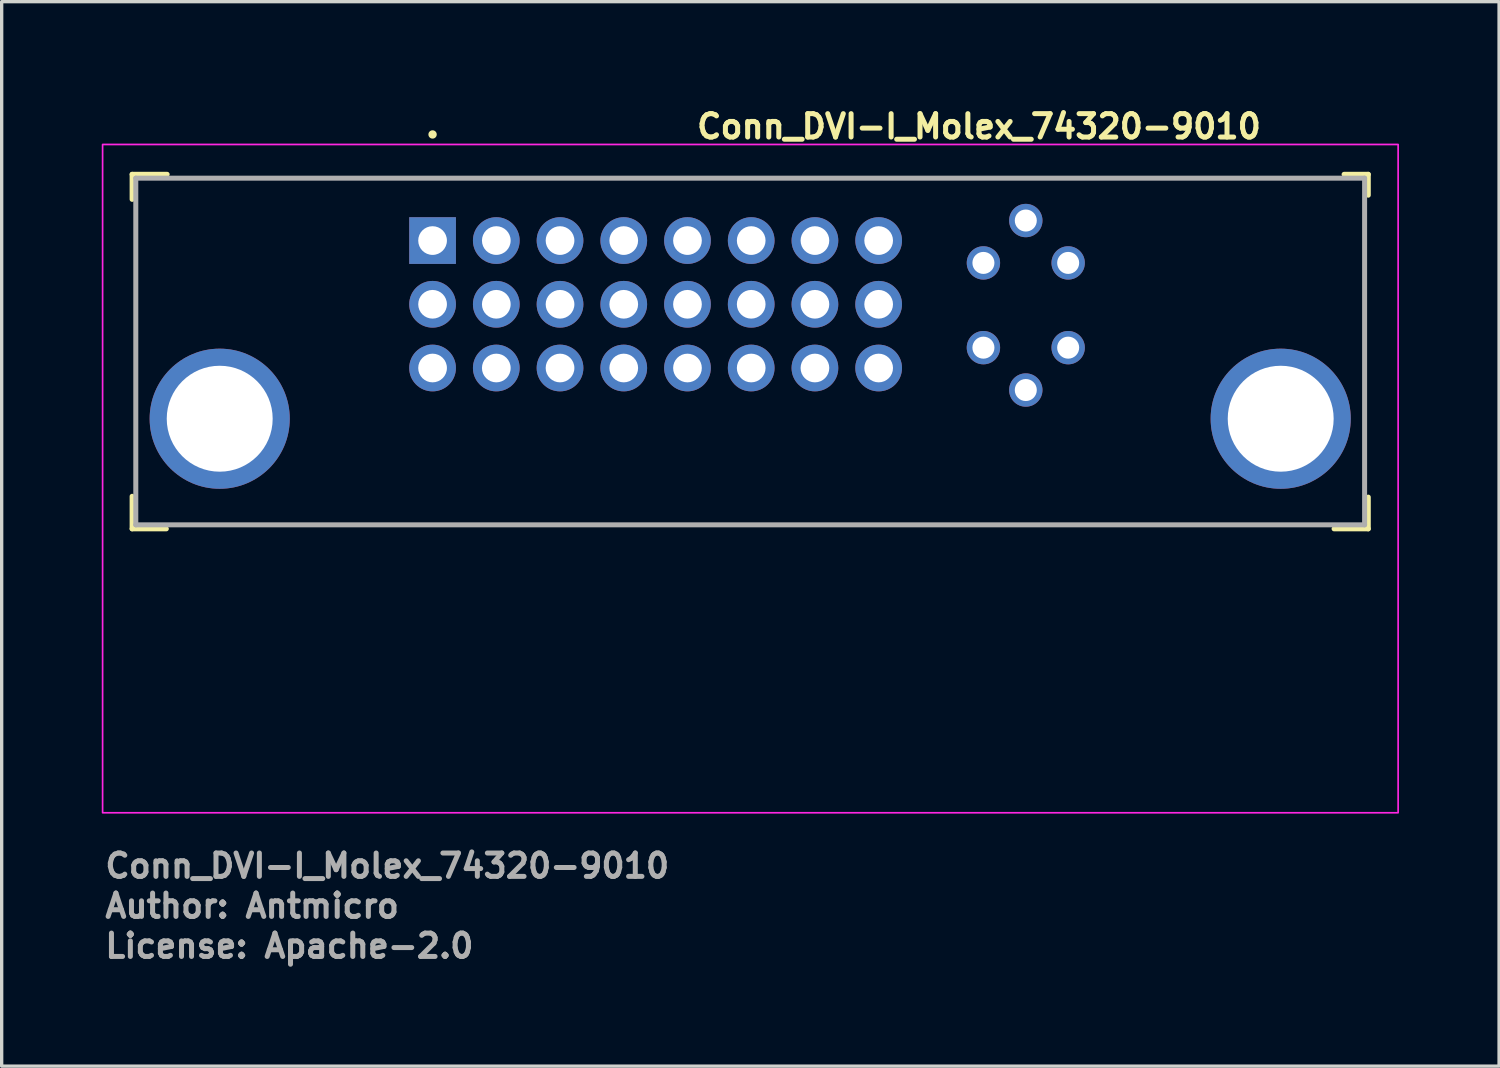
<source format=kicad_pcb>
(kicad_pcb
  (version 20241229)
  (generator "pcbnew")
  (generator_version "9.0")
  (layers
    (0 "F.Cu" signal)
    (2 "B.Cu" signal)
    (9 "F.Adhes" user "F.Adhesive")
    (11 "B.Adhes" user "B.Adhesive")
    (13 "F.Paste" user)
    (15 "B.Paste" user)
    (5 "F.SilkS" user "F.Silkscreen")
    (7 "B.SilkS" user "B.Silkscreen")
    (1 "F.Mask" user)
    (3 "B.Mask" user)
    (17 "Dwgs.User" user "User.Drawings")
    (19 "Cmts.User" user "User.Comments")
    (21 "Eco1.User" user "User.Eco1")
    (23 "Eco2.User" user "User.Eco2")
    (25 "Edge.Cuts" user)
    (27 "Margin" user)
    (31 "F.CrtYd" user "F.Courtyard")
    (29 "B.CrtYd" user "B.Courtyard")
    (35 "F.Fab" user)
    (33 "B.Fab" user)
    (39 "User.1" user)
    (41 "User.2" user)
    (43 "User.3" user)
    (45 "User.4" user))
  (footprint "Conn_DVI-I_Molex_74320-9010"
    (layer "F.Cu")
    (at 9.915 4.16)
    (property "Reference" "Conn_DVI-I_Molex_74320-9010" (at 7.845 -3.01 0) (layer "F.SilkS") (effects (font (size 0.7 0.7) (thickness 0.15)) (justify left bottom)))
    (attr through_hole)
    (fp_line (start -9.005 -1.985) (end -9.005 -1.235) (stroke (width 0.15) (type solid)) (layer "F.SilkS"))
    (fp_line (start -9.005 7.665) (end -9.005 8.64) (stroke (width 0.15) (type solid)) (layer "F.SilkS"))
    (fp_line (start -9.005 8.64) (end -7.98 8.64) (stroke (width 0.15) (type solid)) (layer "F.SilkS"))
    (fp_line (start -7.955 -1.985) (end -9.005 -1.985) (stroke (width 0.15) (type solid)) (layer "F.SilkS"))
    (fp_line (start 27.32 -1.985) (end 28.045 -1.985) (stroke (width 0.15) (type solid)) (layer "F.SilkS"))
    (fp_line (start 28.045 -1.985) (end 28.045 -1.36) (stroke (width 0.15) (type solid)) (layer "F.SilkS"))
    (fp_line (start 28.045 7.69) (end 28.045 8.64) (stroke (width 0.15) (type solid)) (layer "F.SilkS"))
    (fp_line (start 28.045 8.64) (end 27.02 8.64) (stroke (width 0.15) (type solid)) (layer "F.SilkS"))
    (fp_circle (center 0 -3.18) (end 0.05 -3.18) (stroke (width 0.15) (type solid)) (fill yes) (layer "F.SilkS"))
    (fp_rect (start -9.89 -2.88) (end 28.94 17.15) (stroke (width 0.05) (type solid)) (fill no) (layer "F.CrtYd"))
    (fp_line (start -8.895 -1.87) (end -8.895 8.52) (stroke (width 0.15) (type solid)) (layer "F.Fab"))
    (fp_line (start -8.895 -1.87) (end 27.935 -1.87) (stroke (width 0.15) (type solid)) (layer "F.Fab"))
    (fp_line (start -8.895 8.52) (end 27.935 8.52) (stroke (width 0.15) (type solid)) (layer "F.Fab"))
    (fp_line (start 27.935 -1.87) (end 27.935 8.52) (stroke (width 0.15) (type solid)) (layer "F.Fab"))
    (fp_rect (start -8.895 -1.88) (end 27.935 16.15) (stroke (width 0.1) (type solid)) (fill no) (layer "User.5"))
    (fp_line (start -8.895 -1.88) (end -8.895 0.02) (stroke (width 0.02) (type solid)) (layer "User.9"))
    (fp_line (start -8.895 -1.88) (end -1.91 -1.88) (stroke (width 0.02) (type solid)) (layer "User.9"))
    (fp_line (start -8.895 0.02) (end -8.895 3.22) (stroke (width 0.02) (type solid)) (layer "User.9"))
    (fp_line (start -8.895 0.02) (end -7.625 0.02) (stroke (width 0.02) (type solid)) (layer "User.9"))
    (fp_line (start -8.895 3.22) (end -8.895 4.36) (stroke (width 0.02) (type solid)) (layer "User.9"))
    (fp_line (start -8.895 3.22) (end -8.395 3.22) (stroke (width 0.02) (type solid)) (layer "User.9"))
    (fp_line (start -8.895 4.61) (end -8.895 4.36) (stroke (width 0.02) (type solid)) (layer "User.9"))
    (fp_line (start -8.895 9.65) (end -8.895 4.68) (stroke (width 0.02) (type solid)) (layer "User.9"))
    (fp_line (start -8.395 2.64) (end -7.625 1.57) (stroke (width 0.02) (type solid)) (layer "User.9"))
    (fp_line (start -8.395 3.22) (end -8.395 2.64) (stroke (width 0.02) (type solid)) (layer "User.9"))
    (fp_line (start -8.395 3.22) (end -8.395 4.36) (stroke (width 0.02) (type solid)) (layer "User.9"))
    (fp_line (start -8.395 4.36) (end -8.895 4.36) (stroke (width 0.02) (type solid)) (layer "User.9"))
    (fp_line (start -8.395 4.36) (end -8.395 4.61) (stroke (width 0.02) (type solid)) (layer "User.9"))
    (fp_line (start -8.395 4.61) (end -8.895 4.61) (stroke (width 0.02) (type solid)) (layer "User.9"))
    (fp_line (start -8.395 4.61) (end -7.625 4.61) (stroke (width 0.02) (type solid)) (layer "User.9"))
    (fp_line (start -7.826 4.68) (end -7.818 4.662) (stroke (width 0.02) (type solid)) (layer "User.9"))
    (fp_line (start -7.818 4.662) (end -7.809 4.645) (stroke (width 0.02) (type solid)) (layer "User.9"))
    (fp_line (start -7.809 4.645) (end -7.801 4.627) (stroke (width 0.02) (type solid)) (layer "User.9"))
    (fp_line (start -7.801 4.627) (end -7.792 4.61) (stroke (width 0.02) (type solid)) (layer "User.9"))
    (fp_line (start -7.625 0.02) (end -7.625 1.57) (stroke (width 0.02) (type solid)) (layer "User.9"))
    (fp_line (start -7.625 4.61) (end -7.625 1.57) (stroke (width 0.02) (type solid)) (layer "User.9"))
    (fp_line (start -7.625 4.61) (end -3.98 4.61) (stroke (width 0.02) (type solid)) (layer "User.9"))
    (fp_line (start -6.635 4.68) (end -6.635 4.61) (stroke (width 0.02) (type solid)) (layer "User.9"))
    (fp_line (start -6.125 4.68) (end -6.125 4.61) (stroke (width 0.02) (type solid)) (layer "User.9"))
    (fp_line (start -4.968 4.61) (end -4.959 4.627) (stroke (width 0.02) (type solid)) (layer "User.9"))
    (fp_line (start -4.959 4.627) (end -4.951 4.645) (stroke (width 0.02) (type solid)) (layer "User.9"))
    (fp_line (start -4.951 4.645) (end -4.942 4.662) (stroke (width 0.02) (type solid)) (layer "User.9"))
    (fp_line (start -4.942 4.662) (end -4.934 4.68) (stroke (width 0.02) (type solid)) (layer "User.9"))
    (fp_line (start -3.98 4.68) (end -3.98 4.61) (stroke (width 0.02) (type solid)) (layer "User.9"))
    (fp_line (start -3.93 4.68) (end -8.895 4.68) (stroke (width 0.02) (type solid)) (layer "User.9"))
    (fp_line (start -3.93 4.68) (end -3.93 5.18) (stroke (width 0.02) (type solid)) (layer "User.9"))
    (fp_line (start -3.93 5.18) (end 22.97 5.18) (stroke (width 0.02) (type solid)) (layer "User.9"))
    (fp_line (start -2.945 9.65) (end -2.923 9.651) (stroke (width 0.02) (type solid)) (layer "User.9"))
    (fp_line (start -2.923 9.651) (end -2.901 9.652) (stroke (width 0.02) (type solid)) (layer "User.9"))
    (fp_line (start -2.901 9.652) (end -2.879 9.655) (stroke (width 0.02) (type solid)) (layer "User.9"))
    (fp_line (start -2.879 9.655) (end -2.857 9.659) (stroke (width 0.02) (type solid)) (layer "User.9"))
    (fp_line (start -2.857 9.659) (end -2.835 9.664) (stroke (width 0.02) (type solid)) (layer "User.9"))
    (fp_line (start -2.835 9.664) (end -2.814 9.669) (stroke (width 0.02) (type solid)) (layer "User.9"))
    (fp_line (start -2.814 9.669) (end -2.793 9.676) (stroke (width 0.02) (type solid)) (layer "User.9"))
    (fp_line (start -2.793 9.676) (end -2.773 9.684) (stroke (width 0.02) (type solid)) (layer "User.9"))
    (fp_line (start -2.773 9.684) (end -2.753 9.693) (stroke (width 0.02) (type solid)) (layer "User.9"))
    (fp_line (start -2.753 9.693) (end -2.733 9.703) (stroke (width 0.02) (type solid)) (layer "User.9"))
    (fp_line (start -2.733 9.703) (end -2.714 9.714) (stroke (width 0.02) (type solid)) (layer "User.9"))
    (fp_line (start -2.714 9.714) (end -2.695 9.726) (stroke (width 0.02) (type solid)) (layer "User.9"))
    (fp_line (start -2.695 9.726) (end -2.677 9.738) (stroke (width 0.02) (type solid)) (layer "User.9"))
    (fp_line (start -2.677 9.738) (end -2.66 9.752) (stroke (width 0.02) (type solid)) (layer "User.9"))
    (fp_line (start -2.66 9.752) (end -2.643 9.766) (stroke (width 0.02) (type solid)) (layer "User.9"))
    (fp_line (start -2.643 9.766) (end -2.627 9.782) (stroke (width 0.02) (type solid)) (layer "User.9"))
    (fp_line (start -2.627 9.782) (end -2.627 9.782) (stroke (width 0.02) (type solid)) (layer "User.9"))
    (fp_line (start -2.627 9.782) (end -2.611 9.798) (stroke (width 0.02) (type solid)) (layer "User.9"))
    (fp_line (start -2.611 9.798) (end -2.597 9.815) (stroke (width 0.02) (type solid)) (layer "User.9"))
    (fp_line (start -2.597 9.815) (end -2.583 9.832) (stroke (width 0.02) (type solid)) (layer "User.9"))
    (fp_line (start -2.583 9.832) (end -2.571 9.85) (stroke (width 0.02) (type solid)) (layer "User.9"))
    (fp_line (start -2.571 9.85) (end -2.559 9.869) (stroke (width 0.02) (type solid)) (layer "User.9"))
    (fp_line (start -2.559 9.869) (end -2.548 9.888) (stroke (width 0.02) (type solid)) (layer "User.9"))
    (fp_line (start -2.548 9.888) (end -2.538 9.908) (stroke (width 0.02) (type solid)) (layer "User.9"))
    (fp_line (start -2.538 9.908) (end -2.529 9.928) (stroke (width 0.02) (type solid)) (layer "User.9"))
    (fp_line (start -2.529 9.928) (end -2.521 9.948) (stroke (width 0.02) (type solid)) (layer "User.9"))
    (fp_line (start -2.521 9.948) (end -2.514 9.969) (stroke (width 0.02) (type solid)) (layer "User.9"))
    (fp_line (start -2.514 9.969) (end -2.509 9.99) (stroke (width 0.02) (type solid)) (layer "User.9"))
    (fp_line (start -2.509 9.99) (end -2.504 10.012) (stroke (width 0.02) (type solid)) (layer "User.9"))
    (fp_line (start -2.504 10.012) (end -2.5 10.034) (stroke (width 0.02) (type solid)) (layer "User.9"))
    (fp_line (start -2.5 10.034) (end -2.497 10.056) (stroke (width 0.02) (type solid)) (layer "User.9"))
    (fp_line (start -2.497 10.056) (end -2.496 10.078) (stroke (width 0.02) (type solid)) (layer "User.9"))
    (fp_line (start -2.496 10.078) (end -2.495 10.1) (stroke (width 0.02) (type solid)) (layer "User.9"))
    (fp_line (start -2.495 10.1) (end -2.495 15.389) (stroke (width 0.02) (type solid)) (layer "User.9"))
    (fp_line (start -2.495 15.389) (end -2.494 15.427) (stroke (width 0.02) (type solid)) (layer "User.9"))
    (fp_line (start -2.494 15.427) (end -2.491 15.465) (stroke (width 0.02) (type solid)) (layer "User.9"))
    (fp_line (start -2.491 15.465) (end -2.487 15.502) (stroke (width 0.02) (type solid)) (layer "User.9"))
    (fp_line (start -2.487 15.502) (end -2.48 15.539) (stroke (width 0.02) (type solid)) (layer "User.9"))
    (fp_line (start -2.48 15.539) (end -2.472 15.575) (stroke (width 0.02) (type solid)) (layer "User.9"))
    (fp_line (start -2.472 15.575) (end -2.462 15.61) (stroke (width 0.02) (type solid)) (layer "User.9"))
    (fp_line (start -2.462 15.61) (end -2.451 15.644) (stroke (width 0.02) (type solid)) (layer "User.9"))
    (fp_line (start -2.451 15.644) (end -2.438 15.678) (stroke (width 0.02) (type solid)) (layer "User.9"))
    (fp_line (start -2.438 15.678) (end -2.424 15.711) (stroke (width 0.02) (type solid)) (layer "User.9"))
    (fp_line (start -2.424 15.711) (end -2.408 15.744) (stroke (width 0.02) (type solid)) (layer "User.9"))
    (fp_line (start -2.408 15.744) (end -2.39 15.775) (stroke (width 0.02) (type solid)) (layer "User.9"))
    (fp_line (start -2.39 15.775) (end -2.371 15.805) (stroke (width 0.02) (type solid)) (layer "User.9"))
    (fp_line (start -2.371 15.805) (end -2.351 15.835) (stroke (width 0.02) (type solid)) (layer "User.9"))
    (fp_line (start -2.351 15.835) (end -2.329 15.863) (stroke (width 0.02) (type solid)) (layer "User.9"))
    (fp_line (start -2.329 15.863) (end -2.306 15.891) (stroke (width 0.02) (type solid)) (layer "User.9"))
    (fp_line (start -2.306 15.891) (end -2.282 15.917) (stroke (width 0.02) (type solid)) (layer "User.9"))
    (fp_line (start -2.282 15.917) (end -2.257 15.942) (stroke (width 0.02) (type solid)) (layer "User.9"))
    (fp_line (start -2.257 15.942) (end -2.231 15.966) (stroke (width 0.02) (type solid)) (layer "User.9"))
    (fp_line (start -2.231 15.966) (end -2.203 15.989) (stroke (width 0.02) (type solid)) (layer "User.9"))
    (fp_line (start -2.203 15.989) (end -2.174 16.01) (stroke (width 0.02) (type solid)) (layer "User.9"))
    (fp_line (start -2.174 16.01) (end -2.145 16.03) (stroke (width 0.02) (type solid)) (layer "User.9"))
    (fp_line (start -2.145 16.03) (end -2.114 16.049) (stroke (width 0.02) (type solid)) (layer "User.9"))
    (fp_line (start -2.114 16.049) (end -2.082 16.066) (stroke (width 0.02) (type solid)) (layer "User.9"))
    (fp_line (start -2.082 16.066) (end -2.05 16.082) (stroke (width 0.02) (type solid)) (layer "User.9"))
    (fp_line (start -2.05 16.082) (end -2.017 16.096) (stroke (width 0.02) (type solid)) (layer "User.9"))
    (fp_line (start -2.017 16.096) (end -1.982 16.109) (stroke (width 0.02) (type solid)) (layer "User.9"))
    (fp_line (start -1.982 16.109) (end -1.947 16.12) (stroke (width 0.02) (type solid)) (layer "User.9"))
    (fp_line (start -1.947 16.12) (end -1.912 16.13) (stroke (width 0.02) (type solid)) (layer "User.9"))
    (fp_line (start -1.912 16.13) (end -1.876 16.138) (stroke (width 0.02) (type solid)) (layer "User.9"))
    (fp_line (start -1.91 -1.88) (end -1.91 -0.81) (stroke (width 0.02) (type solid)) (layer "User.9"))
    (fp_line (start -1.91 1.69) (end -1.91 -0.81) (stroke (width 0.02) (type solid)) (layer "User.9"))
    (fp_line (start -1.91 4.61) (end -1.91 1.69) (stroke (width 0.02) (type solid)) (layer "User.9"))
    (fp_line (start -1.91 4.61) (end -0.255 4.61) (stroke (width 0.02) (type solid)) (layer "User.9"))
    (fp_line (start -1.876 16.138) (end -1.839 16.144) (stroke (width 0.02) (type solid)) (layer "User.9"))
    (fp_line (start -1.839 16.144) (end -1.801 16.148) (stroke (width 0.02) (type solid)) (layer "User.9"))
    (fp_line (start -1.801 16.148) (end -1.763 16.15) (stroke (width 0.02) (type solid)) (layer "User.9"))
    (fp_line (start -1.763 16.15) (end -1.759 16.15) (stroke (width 0.02) (type solid)) (layer "User.9"))
    (fp_line (start -1.759 16.15) (end -1.759 16.15) (stroke (width 0.02) (type solid)) (layer "User.9"))
    (fp_line (start -1.759 16.15) (end -1.731 16.15) (stroke (width 0.02) (type solid)) (layer "User.9"))
    (fp_line (start -1.731 16.15) (end -1.731 16.15) (stroke (width 0.02) (type solid)) (layer "User.9"))
    (fp_line (start -1.731 16.15) (end -1.674 16.15) (stroke (width 0.02) (type solid)) (layer "User.9"))
    (fp_line (start -1.674 16.15) (end -1.674 16.15) (stroke (width 0.02) (type solid)) (layer "User.9"))
    (fp_line (start -1.674 16.15) (end -1.594 16.15) (stroke (width 0.02) (type solid)) (layer "User.9"))
    (fp_line (start -1.594 16.15) (end -1.594 16.15) (stroke (width 0.02) (type solid)) (layer "User.9"))
    (fp_line (start -1.594 16.15) (end -1.185 16.15) (stroke (width 0.02) (type solid)) (layer "User.9"))
    (fp_line (start -1.185 16.15) (end 20.225 16.15) (stroke (width 0.02) (type solid)) (layer "User.9"))
    (fp_line (start -0.255 -0.134) (end -0.255 -0.13) (stroke (width 0.02) (type solid)) (layer "User.9"))
    (fp_line (start -0.255 -0.134) (end 0.245 -0.134) (stroke (width 0.02) (type solid)) (layer "User.9"))
    (fp_line (start -0.255 -0.13) (end -0.255 -0.13) (stroke (width 0.02) (type solid)) (layer "User.9"))
    (fp_line (start -0.255 -0.13) (end -0.255 -0.099) (stroke (width 0.02) (type solid)) (layer "User.9"))
    (fp_line (start -0.255 -0.099) (end -0.255 -0.099) (stroke (width 0.02) (type solid)) (layer "User.9"))
    (fp_line (start -0.255 -0.099) (end -0.255 -0.038) (stroke (width 0.02) (type solid)) (layer "User.9"))
    (fp_line (start -0.255 -0.038) (end -0.255 -0.038) (stroke (width 0.02) (type solid)) (layer "User.9"))
    (fp_line (start -0.255 -0.038) (end -0.255 0.049) (stroke (width 0.02) (type solid)) (layer "User.9"))
    (fp_line (start -0.255 0.049) (end -0.255 0.049) (stroke (width 0.02) (type solid)) (layer "User.9"))
    (fp_line (start -0.255 0.049) (end -0.255 0.491) (stroke (width 0.02) (type solid)) (layer "User.9"))
    (fp_line (start -0.255 0.491) (end -0.255 5.18) (stroke (width 0.02) (type solid)) (layer "User.9"))
    (fp_line (start -0.255 1.69) (end -1.91 1.69) (stroke (width 0.02) (type solid)) (layer "User.9"))
    (fp_line (start 0.245 -0.134) (end 0.245 -0.13) (stroke (width 0.02) (type solid)) (layer "User.9"))
    (fp_line (start 0.245 -0.13) (end 0.245 -0.13) (stroke (width 0.02) (type solid)) (layer "User.9"))
    (fp_line (start 0.245 -0.13) (end 0.245 -0.099) (stroke (width 0.02) (type solid)) (layer "User.9"))
    (fp_line (start 0.245 -0.099) (end 0.245 -0.099) (stroke (width 0.02) (type solid)) (layer "User.9"))
    (fp_line (start 0.245 -0.099) (end 0.245 -0.038) (stroke (width 0.02) (type solid)) (layer "User.9"))
    (fp_line (start 0.245 -0.038) (end 0.245 -0.038) (stroke (width 0.02) (type solid)) (layer "User.9"))
    (fp_line (start 0.245 -0.038) (end 0.245 0.049) (stroke (width 0.02) (type solid)) (layer "User.9"))
    (fp_line (start 0.245 0.049) (end 0.245 0.049) (stroke (width 0.02) (type solid)) (layer "User.9"))
    (fp_line (start 0.245 0.049) (end 0.245 0.491) (stroke (width 0.02) (type solid)) (layer "User.9"))
    (fp_line (start 0.245 0.491) (end 0.245 5.18) (stroke (width 0.02) (type solid)) (layer "User.9"))
    (fp_line (start 0.245 4.61) (end 1.65 4.61) (stroke (width 0.02) (type solid)) (layer "User.9"))
    (fp_line (start 1.65 -0.134) (end 1.65 -0.13) (stroke (width 0.02) (type solid)) (layer "User.9"))
    (fp_line (start 1.65 -0.134) (end 2.15 -0.134) (stroke (width 0.02) (type solid)) (layer "User.9"))
    (fp_line (start 1.65 -0.13) (end 1.65 -0.13) (stroke (width 0.02) (type solid)) (layer "User.9"))
    (fp_line (start 1.65 -0.13) (end 1.65 -0.099) (stroke (width 0.02) (type solid)) (layer "User.9"))
    (fp_line (start 1.65 -0.099) (end 1.65 -0.099) (stroke (width 0.02) (type solid)) (layer "User.9"))
    (fp_line (start 1.65 -0.099) (end 1.65 -0.038) (stroke (width 0.02) (type solid)) (layer "User.9"))
    (fp_line (start 1.65 -0.038) (end 1.65 -0.038) (stroke (width 0.02) (type solid)) (layer "User.9"))
    (fp_line (start 1.65 -0.038) (end 1.65 0.049) (stroke (width 0.02) (type solid)) (layer "User.9"))
    (fp_line (start 1.65 0.049) (end 1.65 0.049) (stroke (width 0.02) (type solid)) (layer "User.9"))
    (fp_line (start 1.65 0.049) (end 1.65 0.491) (stroke (width 0.02) (type solid)) (layer "User.9"))
    (fp_line (start 1.65 0.491) (end 1.65 5.18) (stroke (width 0.02) (type solid)) (layer "User.9"))
    (fp_line (start 1.65 1.69) (end 0.245 1.69) (stroke (width 0.02) (type solid)) (layer "User.9"))
    (fp_line (start 2.15 -0.134) (end 2.15 -0.13) (stroke (width 0.02) (type solid)) (layer "User.9"))
    (fp_line (start 2.15 -0.13) (end 2.15 -0.13) (stroke (width 0.02) (type solid)) (layer "User.9"))
    (fp_line (start 2.15 -0.13) (end 2.15 -0.099) (stroke (width 0.02) (type solid)) (layer "User.9"))
    (fp_line (start 2.15 -0.099) (end 2.15 -0.099) (stroke (width 0.02) (type solid)) (layer "User.9"))
    (fp_line (start 2.15 -0.099) (end 2.15 -0.038) (stroke (width 0.02) (type solid)) (layer "User.9"))
    (fp_line (start 2.15 -0.038) (end 2.15 -0.038) (stroke (width 0.02) (type solid)) (layer "User.9"))
    (fp_line (start 2.15 -0.038) (end 2.15 0.049) (stroke (width 0.02) (type solid)) (layer "User.9"))
    (fp_line (start 2.15 0.049) (end 2.15 0.049) (stroke (width 0.02) (type solid)) (layer "User.9"))
    (fp_line (start 2.15 0.049) (end 2.15 0.491) (stroke (width 0.02) (type solid)) (layer "User.9"))
    (fp_line (start 2.15 0.491) (end 2.15 5.18) (stroke (width 0.02) (type solid)) (layer "User.9"))
    (fp_line (start 2.15 4.61) (end 3.555 4.61) (stroke (width 0.02) (type solid)) (layer "User.9"))
    (fp_line (start 3.555 -0.134) (end 3.555 -0.13) (stroke (width 0.02) (type solid)) (layer "User.9"))
    (fp_line (start 3.555 -0.134) (end 4.055 -0.134) (stroke (width 0.02) (type solid)) (layer "User.9"))
    (fp_line (start 3.555 -0.13) (end 3.555 -0.13) (stroke (width 0.02) (type solid)) (layer "User.9"))
    (fp_line (start 3.555 -0.13) (end 3.555 -0.099) (stroke (width 0.02) (type solid)) (layer "User.9"))
    (fp_line (start 3.555 -0.099) (end 3.555 -0.099) (stroke (width 0.02) (type solid)) (layer "User.9"))
    (fp_line (start 3.555 -0.099) (end 3.555 -0.038) (stroke (width 0.02) (type solid)) (layer "User.9"))
    (fp_line (start 3.555 -0.038) (end 3.555 -0.038) (stroke (width 0.02) (type solid)) (layer "User.9"))
    (fp_line (start 3.555 -0.038) (end 3.555 0.049) (stroke (width 0.02) (type solid)) (layer "User.9"))
    (fp_line (start 3.555 0.049) (end 3.555 0.049) (stroke (width 0.02) (type solid)) (layer "User.9"))
    (fp_line (start 3.555 0.049) (end 3.555 0.491) (stroke (width 0.02) (type solid)) (layer "User.9"))
    (fp_line (start 3.555 0.491) (end 3.555 5.18) (stroke (width 0.02) (type solid)) (layer "User.9"))
    (fp_line (start 3.555 1.69) (end 2.15 1.69) (stroke (width 0.02) (type solid)) (layer "User.9"))
    (fp_line (start 4.055 -0.134) (end 4.055 -0.13) (stroke (width 0.02) (type solid)) (layer "User.9"))
    (fp_line (start 4.055 -0.13) (end 4.055 -0.13) (stroke (width 0.02) (type solid)) (layer "User.9"))
    (fp_line (start 4.055 -0.13) (end 4.055 -0.099) (stroke (width 0.02) (type solid)) (layer "User.9"))
    (fp_line (start 4.055 -0.099) (end 4.055 -0.099) (stroke (width 0.02) (type solid)) (layer "User.9"))
    (fp_line (start 4.055 -0.099) (end 4.055 -0.038) (stroke (width 0.02) (type solid)) (layer "User.9"))
    (fp_line (start 4.055 -0.038) (end 4.055 -0.038) (stroke (width 0.02) (type solid)) (layer "User.9"))
    (fp_line (start 4.055 -0.038) (end 4.055 0.049) (stroke (width 0.02) (type solid)) (layer "User.9"))
    (fp_line (start 4.055 0.049) (end 4.055 0.049) (stroke (width 0.02) (type solid)) (layer "User.9"))
    (fp_line (start 4.055 0.049) (end 4.055 0.491) (stroke (width 0.02) (type solid)) (layer "User.9"))
    (fp_line (start 4.055 0.491) (end 4.055 5.18) (stroke (width 0.02) (type solid)) (layer "User.9"))
    (fp_line (start 4.055 4.61) (end 5.46 4.61) (stroke (width 0.02) (type solid)) (layer "User.9"))
    (fp_line (start 5.46 -0.134) (end 5.46 -0.13) (stroke (width 0.02) (type solid)) (layer "User.9"))
    (fp_line (start 5.46 -0.134) (end 5.96 -0.134) (stroke (width 0.02) (type solid)) (layer "User.9"))
    (fp_line (start 5.46 -0.13) (end 5.46 -0.13) (stroke (width 0.02) (type solid)) (layer "User.9"))
    (fp_line (start 5.46 -0.13) (end 5.46 -0.099) (stroke (width 0.02) (type solid)) (layer "User.9"))
    (fp_line (start 5.46 -0.099) (end 5.46 -0.099) (stroke (width 0.02) (type solid)) (layer "User.9"))
    (fp_line (start 5.46 -0.099) (end 5.46 -0.038) (stroke (width 0.02) (type solid)) (layer "User.9"))
    (fp_line (start 5.46 -0.038) (end 5.46 -0.038) (stroke (width 0.02) (type solid)) (layer "User.9"))
    (fp_line (start 5.46 -0.038) (end 5.46 0.049) (stroke (width 0.02) (type solid)) (layer "User.9"))
    (fp_line (start 5.46 0.049) (end 5.46 0.049) (stroke (width 0.02) (type solid)) (layer "User.9"))
    (fp_line (start 5.46 0.049) (end 5.46 0.491) (stroke (width 0.02) (type solid)) (layer "User.9"))
    (fp_line (start 5.46 0.491) (end 5.46 5.18) (stroke (width 0.02) (type solid)) (layer "User.9"))
    (fp_line (start 5.46 1.69) (end 4.055 1.69) (stroke (width 0.02) (type solid)) (layer "User.9"))
    (fp_line (start 5.96 -0.134) (end 5.96 -0.13) (stroke (width 0.02) (type solid)) (layer "User.9"))
    (fp_line (start 5.96 -0.13) (end 5.96 -0.13) (stroke (width 0.02) (type solid)) (layer "User.9"))
    (fp_line (start 5.96 -0.13) (end 5.96 -0.099) (stroke (width 0.02) (type solid)) (layer "User.9"))
    (fp_line (start 5.96 -0.099) (end 5.96 -0.099) (stroke (width 0.02) (type solid)) (layer "User.9"))
    (fp_line (start 5.96 -0.099) (end 5.96 -0.038) (stroke (width 0.02) (type solid)) (layer "User.9"))
    (fp_line (start 5.96 -0.038) (end 5.96 -0.038) (stroke (width 0.02) (type solid)) (layer "User.9"))
    (fp_line (start 5.96 -0.038) (end 5.96 0.049) (stroke (width 0.02) (type solid)) (layer "User.9"))
    (fp_line (start 5.96 0.049) (end 5.96 0.049) (stroke (width 0.02) (type solid)) (layer "User.9"))
    (fp_line (start 5.96 0.049) (end 5.96 0.491) (stroke (width 0.02) (type solid)) (layer "User.9"))
    (fp_line (start 5.96 0.491) (end 5.96 5.18) (stroke (width 0.02) (type solid)) (layer "User.9"))
    (fp_line (start 5.96 4.61) (end 7.365 4.61) (stroke (width 0.02) (type solid)) (layer "User.9"))
    (fp_line (start 7.365 -0.134) (end 7.365 -0.13) (stroke (width 0.02) (type solid)) (layer "User.9"))
    (fp_line (start 7.365 -0.134) (end 7.865 -0.134) (stroke (width 0.02) (type solid)) (layer "User.9"))
    (fp_line (start 7.365 -0.13) (end 7.365 -0.13) (stroke (width 0.02) (type solid)) (layer "User.9"))
    (fp_line (start 7.365 -0.13) (end 7.365 -0.099) (stroke (width 0.02) (type solid)) (layer "User.9"))
    (fp_line (start 7.365 -0.099) (end 7.365 -0.099) (stroke (width 0.02) (type solid)) (layer "User.9"))
    (fp_line (start 7.365 -0.099) (end 7.365 -0.038) (stroke (width 0.02) (type solid)) (layer "User.9"))
    (fp_line (start 7.365 -0.038) (end 7.365 -0.038) (stroke (width 0.02) (type solid)) (layer "User.9"))
    (fp_line (start 7.365 -0.038) (end 7.365 0.049) (stroke (width 0.02) (type solid)) (layer "User.9"))
    (fp_line (start 7.365 0.049) (end 7.365 0.049) (stroke (width 0.02) (type solid)) (layer "User.9"))
    (fp_line (start 7.365 0.049) (end 7.365 0.491) (stroke (width 0.02) (type solid)) (layer "User.9"))
    (fp_line (start 7.365 0.491) (end 7.365 5.18) (stroke (width 0.02) (type solid)) (layer "User.9"))
    (fp_line (start 7.365 1.69) (end 5.96 1.69) (stroke (width 0.02) (type solid)) (layer "User.9"))
    (fp_line (start 7.865 -0.134) (end 7.865 -0.13) (stroke (width 0.02) (type solid)) (layer "User.9"))
    (fp_line (start 7.865 -0.13) (end 7.865 -0.13) (stroke (width 0.02) (type solid)) (layer "User.9"))
    (fp_line (start 7.865 -0.13) (end 7.865 -0.099) (stroke (width 0.02) (type solid)) (layer "User.9"))
    (fp_line (start 7.865 -0.099) (end 7.865 -0.099) (stroke (width 0.02) (type solid)) (layer "User.9"))
    (fp_line (start 7.865 -0.099) (end 7.865 -0.038) (stroke (width 0.02) (type solid)) (layer "User.9"))
    (fp_line (start 7.865 -0.038) (end 7.865 -0.038) (stroke (width 0.02) (type solid)) (layer "User.9"))
    (fp_line (start 7.865 -0.038) (end 7.865 0.049) (stroke (width 0.02) (type solid)) (layer "User.9"))
    (fp_line (start 7.865 0.049) (end 7.865 0.049) (stroke (width 0.02) (type solid)) (layer "User.9"))
    (fp_line (start 7.865 0.049) (end 7.865 0.491) (stroke (width 0.02) (type solid)) (layer "User.9"))
    (fp_line (start 7.865 0.491) (end 7.865 5.18) (stroke (width 0.02) (type solid)) (layer "User.9"))
    (fp_line (start 7.865 4.61) (end 9.27 4.61) (stroke (width 0.02) (type solid)) (layer "User.9"))
    (fp_line (start 9.27 -0.134) (end 9.27 -0.13) (stroke (width 0.02) (type solid)) (layer "User.9"))
    (fp_line (start 9.27 -0.134) (end 9.77 -0.134) (stroke (width 0.02) (type solid)) (layer "User.9"))
    (fp_line (start 9.27 -0.13) (end 9.27 -0.13) (stroke (width 0.02) (type solid)) (layer "User.9"))
    (fp_line (start 9.27 -0.13) (end 9.27 -0.099) (stroke (width 0.02) (type solid)) (layer "User.9"))
    (fp_line (start 9.27 -0.099) (end 9.27 -0.099) (stroke (width 0.02) (type solid)) (layer "User.9"))
    (fp_line (start 9.27 -0.099) (end 9.27 -0.038) (stroke (width 0.02) (type solid)) (layer "User.9"))
    (fp_line (start 9.27 -0.038) (end 9.27 -0.038) (stroke (width 0.02) (type solid)) (layer "User.9"))
    (fp_line (start 9.27 -0.038) (end 9.27 0.049) (stroke (width 0.02) (type solid)) (layer "User.9"))
    (fp_line (start 9.27 0.049) (end 9.27 0.049) (stroke (width 0.02) (type solid)) (layer "User.9"))
    (fp_line (start 9.27 0.049) (end 9.27 0.491) (stroke (width 0.02) (type solid)) (layer "User.9"))
    (fp_line (start 9.27 0.491) (end 9.27 5.18) (stroke (width 0.02) (type solid)) (layer "User.9"))
    (fp_line (start 9.27 1.69) (end 7.865 1.69) (stroke (width 0.02) (type solid)) (layer "User.9"))
    (fp_line (start 9.77 -0.134) (end 9.77 -0.13) (stroke (width 0.02) (type solid)) (layer "User.9"))
    (fp_line (start 9.77 -0.13) (end 9.77 -0.13) (stroke (width 0.02) (type solid)) (layer "User.9"))
    (fp_line (start 9.77 -0.13) (end 9.77 -0.099) (stroke (width 0.02) (type solid)) (layer "User.9"))
    (fp_line (start 9.77 -0.099) (end 9.77 -0.099) (stroke (width 0.02) (type solid)) (layer "User.9"))
    (fp_line (start 9.77 -0.099) (end 9.77 -0.038) (stroke (width 0.02) (type solid)) (layer "User.9"))
    (fp_line (start 9.77 -0.038) (end 9.77 -0.038) (stroke (width 0.02) (type solid)) (layer "User.9"))
    (fp_line (start 9.77 -0.038) (end 9.77 0.049) (stroke (width 0.02) (type solid)) (layer "User.9"))
    (fp_line (start 9.77 0.049) (end 9.77 0.049) (stroke (width 0.02) (type solid)) (layer "User.9"))
    (fp_line (start 9.77 0.049) (end 9.77 0.491) (stroke (width 0.02) (type solid)) (layer "User.9"))
    (fp_line (start 9.77 0.491) (end 9.77 5.18) (stroke (width 0.02) (type solid)) (layer "User.9"))
    (fp_line (start 9.77 4.61) (end 11.175 4.61) (stroke (width 0.02) (type solid)) (layer "User.9"))
    (fp_line (start 11.175 -0.134) (end 11.175 -0.13) (stroke (width 0.02) (type solid)) (layer "User.9"))
    (fp_line (start 11.175 -0.134) (end 11.675 -0.134) (stroke (width 0.02) (type solid)) (layer "User.9"))
    (fp_line (start 11.175 -0.13) (end 11.175 -0.13) (stroke (width 0.02) (type solid)) (layer "User.9"))
    (fp_line (start 11.175 -0.13) (end 11.175 -0.099) (stroke (width 0.02) (type solid)) (layer "User.9"))
    (fp_line (start 11.175 -0.099) (end 11.175 -0.099) (stroke (width 0.02) (type solid)) (layer "User.9"))
    (fp_line (start 11.175 -0.099) (end 11.175 -0.038) (stroke (width 0.02) (type solid)) (layer "User.9"))
    (fp_line (start 11.175 -0.038) (end 11.175 -0.038) (stroke (width 0.02) (type solid)) (layer "User.9"))
    (fp_line (start 11.175 -0.038) (end 11.175 0.049) (stroke (width 0.02) (type solid)) (layer "User.9"))
    (fp_line (start 11.175 0.049) (end 11.175 0.049) (stroke (width 0.02) (type solid)) (layer "User.9"))
    (fp_line (start 11.175 0.049) (end 11.175 0.491) (stroke (width 0.02) (type solid)) (layer "User.9"))
    (fp_line (start 11.175 0.491) (end 11.175 5.18) (stroke (width 0.02) (type solid)) (layer "User.9"))
    (fp_line (start 11.175 1.69) (end 9.77 1.69) (stroke (width 0.02) (type solid)) (layer "User.9"))
    (fp_line (start 11.675 -0.134) (end 11.675 -0.13) (stroke (width 0.02) (type solid)) (layer "User.9"))
    (fp_line (start 11.675 -0.13) (end 11.675 -0.13) (stroke (width 0.02) (type solid)) (layer "User.9"))
    (fp_line (start 11.675 -0.13) (end 11.675 -0.099) (stroke (width 0.02) (type solid)) (layer "User.9"))
    (fp_line (start 11.675 -0.099) (end 11.675 -0.099) (stroke (width 0.02) (type solid)) (layer "User.9"))
    (fp_line (start 11.675 -0.099) (end 11.675 -0.038) (stroke (width 0.02) (type solid)) (layer "User.9"))
    (fp_line (start 11.675 -0.038) (end 11.675 -0.038) (stroke (width 0.02) (type solid)) (layer "User.9"))
    (fp_line (start 11.675 -0.038) (end 11.675 0.049) (stroke (width 0.02) (type solid)) (layer "User.9"))
    (fp_line (start 11.675 0.049) (end 11.675 0.049) (stroke (width 0.02) (type solid)) (layer "User.9"))
    (fp_line (start 11.675 0.049) (end 11.675 0.491) (stroke (width 0.02) (type solid)) (layer "User.9"))
    (fp_line (start 11.675 0.491) (end 11.675 5.18) (stroke (width 0.02) (type solid)) (layer "User.9"))
    (fp_line (start 11.675 4.61) (end 13.08 4.61) (stroke (width 0.02) (type solid)) (layer "User.9"))
    (fp_line (start 13.08 -0.134) (end 13.08 -0.13) (stroke (width 0.02) (type solid)) (layer "User.9"))
    (fp_line (start 13.08 -0.134) (end 13.58 -0.134) (stroke (width 0.02) (type solid)) (layer "User.9"))
    (fp_line (start 13.08 -0.13) (end 13.08 -0.13) (stroke (width 0.02) (type solid)) (layer "User.9"))
    (fp_line (start 13.08 -0.13) (end 13.08 -0.099) (stroke (width 0.02) (type solid)) (layer "User.9"))
    (fp_line (start 13.08 -0.099) (end 13.08 -0.099) (stroke (width 0.02) (type solid)) (layer "User.9"))
    (fp_line (start 13.08 -0.099) (end 13.08 -0.038) (stroke (width 0.02) (type solid)) (layer "User.9"))
    (fp_line (start 13.08 -0.038) (end 13.08 -0.038) (stroke (width 0.02) (type solid)) (layer "User.9"))
    (fp_line (start 13.08 -0.038) (end 13.08 0.049) (stroke (width 0.02) (type solid)) (layer "User.9"))
    (fp_line (start 13.08 0.049) (end 13.08 0.049) (stroke (width 0.02) (type solid)) (layer "User.9"))
    (fp_line (start 13.08 0.049) (end 13.08 0.491) (stroke (width 0.02) (type solid)) (layer "User.9"))
    (fp_line (start 13.08 0.491) (end 13.08 5.18) (stroke (width 0.02) (type solid)) (layer "User.9"))
    (fp_line (start 13.08 1.69) (end 11.675 1.69) (stroke (width 0.02) (type solid)) (layer "User.9"))
    (fp_line (start 13.58 -0.134) (end 13.58 -0.13) (stroke (width 0.02) (type solid)) (layer "User.9"))
    (fp_line (start 13.58 -0.13) (end 13.58 -0.13) (stroke (width 0.02) (type solid)) (layer "User.9"))
    (fp_line (start 13.58 -0.13) (end 13.58 -0.099) (stroke (width 0.02) (type solid)) (layer "User.9"))
    (fp_line (start 13.58 -0.099) (end 13.58 -0.099) (stroke (width 0.02) (type solid)) (layer "User.9"))
    (fp_line (start 13.58 -0.099) (end 13.58 -0.038) (stroke (width 0.02) (type solid)) (layer "User.9"))
    (fp_line (start 13.58 -0.038) (end 13.58 -0.038) (stroke (width 0.02) (type solid)) (layer "User.9"))
    (fp_line (start 13.58 -0.038) (end 13.58 0.049) (stroke (width 0.02) (type solid)) (layer "User.9"))
    (fp_line (start 13.58 0.049) (end 13.58 0.049) (stroke (width 0.02) (type solid)) (layer "User.9"))
    (fp_line (start 13.58 0.049) (end 13.58 0.491) (stroke (width 0.02) (type solid)) (layer "User.9"))
    (fp_line (start 13.58 0.491) (end 13.58 5.18) (stroke (width 0.02) (type solid)) (layer "User.9"))
    (fp_line (start 13.58 4.61) (end 16.347 4.61) (stroke (width 0.02) (type solid)) (layer "User.9"))
    (fp_line (start 16.347 0.53) (end 16.347 0.536) (stroke (width 0.02) (type solid)) (layer "User.9"))
    (fp_line (start 16.347 0.53) (end 16.677 0.53) (stroke (width 0.02) (type solid)) (layer "User.9"))
    (fp_line (start 16.347 0.536) (end 16.347 0.536) (stroke (width 0.02) (type solid)) (layer "User.9"))
    (fp_line (start 16.347 0.536) (end 16.347 0.556) (stroke (width 0.02) (type solid)) (layer "User.9"))
    (fp_line (start 16.347 0.556) (end 16.347 0.556) (stroke (width 0.02) (type solid)) (layer "User.9"))
    (fp_line (start 16.347 0.556) (end 16.347 0.587) (stroke (width 0.02) (type solid)) (layer "User.9"))
    (fp_line (start 16.347 0.587) (end 16.347 0.587) (stroke (width 0.02) (type solid)) (layer "User.9"))
    (fp_line (start 16.347 0.587) (end 16.347 0.631) (stroke (width 0.02) (type solid)) (layer "User.9"))
    (fp_line (start 16.347 0.631) (end 16.347 0.631) (stroke (width 0.02) (type solid)) (layer "User.9"))
    (fp_line (start 16.347 0.631) (end 16.347 0.686) (stroke (width 0.02) (type solid)) (layer "User.9"))
    (fp_line (start 16.347 0.686) (end 16.347 0.686) (stroke (width 0.02) (type solid)) (layer "User.9"))
    (fp_line (start 16.347 0.686) (end 16.347 0.753) (stroke (width 0.02) (type solid)) (layer "User.9"))
    (fp_line (start 16.347 0.753) (end 16.347 0.753) (stroke (width 0.02) (type solid)) (layer "User.9"))
    (fp_line (start 16.347 0.753) (end 16.347 0.829) (stroke (width 0.02) (type solid)) (layer "User.9"))
    (fp_line (start 16.347 0.829) (end 16.347 0.829) (stroke (width 0.02) (type solid)) (layer "User.9"))
    (fp_line (start 16.347 0.829) (end 16.347 0.914) (stroke (width 0.02) (type solid)) (layer "User.9"))
    (fp_line (start 16.347 0.914) (end 16.347 0.914) (stroke (width 0.02) (type solid)) (layer "User.9"))
    (fp_line (start 16.347 0.914) (end 16.347 1.107) (stroke (width 0.02) (type solid)) (layer "User.9"))
    (fp_line (start 16.347 1.107) (end 16.347 1.107) (stroke (width 0.02) (type solid)) (layer "User.9"))
    (fp_line (start 16.347 1.107) (end 16.347 1.55) (stroke (width 0.02) (type solid)) (layer "User.9"))
    (fp_line (start 16.347 1.55) (end 16.347 5.18) (stroke (width 0.02) (type solid)) (layer "User.9"))
    (fp_line (start 16.347 1.69) (end 13.58 1.69) (stroke (width 0.02) (type solid)) (layer "User.9"))
    (fp_line (start 16.677 0.53) (end 16.677 0.536) (stroke (width 0.02) (type solid)) (layer "User.9"))
    (fp_line (start 16.677 0.536) (end 16.677 0.536) (stroke (width 0.02) (type solid)) (layer "User.9"))
    (fp_line (start 16.677 0.536) (end 16.677 0.556) (stroke (width 0.02) (type solid)) (layer "User.9"))
    (fp_line (start 16.677 0.556) (end 16.677 0.556) (stroke (width 0.02) (type solid)) (layer "User.9"))
    (fp_line (start 16.677 0.556) (end 16.677 0.587) (stroke (width 0.02) (type solid)) (layer "User.9"))
    (fp_line (start 16.677 0.587) (end 16.677 0.587) (stroke (width 0.02) (type solid)) (layer "User.9"))
    (fp_line (start 16.677 0.587) (end 16.677 0.631) (stroke (width 0.02) (type solid)) (layer "User.9"))
    (fp_line (start 16.677 0.631) (end 16.677 0.631) (stroke (width 0.02) (type solid)) (layer "User.9"))
    (fp_line (start 16.677 0.631) (end 16.677 0.686) (stroke (width 0.02) (type solid)) (layer "User.9"))
    (fp_line (start 16.677 0.686) (end 16.677 0.686) (stroke (width 0.02) (type solid)) (layer "User.9"))
    (fp_line (start 16.677 0.686) (end 16.677 0.753) (stroke (width 0.02) (type solid)) (layer "User.9"))
    (fp_line (start 16.677 0.753) (end 16.677 0.753) (stroke (width 0.02) (type solid)) (layer "User.9"))
    (fp_line (start 16.677 0.753) (end 16.677 0.829) (stroke (width 0.02) (type solid)) (layer "User.9"))
    (fp_line (start 16.677 0.829) (end 16.677 0.829) (stroke (width 0.02) (type solid)) (layer "User.9"))
    (fp_line (start 16.677 0.829) (end 16.677 0.914) (stroke (width 0.02) (type solid)) (layer "User.9"))
    (fp_line (start 16.677 0.914) (end 16.677 0.914) (stroke (width 0.02) (type solid)) (layer "User.9"))
    (fp_line (start 16.677 0.914) (end 16.677 1.107) (stroke (width 0.02) (type solid)) (layer "User.9"))
    (fp_line (start 16.677 1.107) (end 16.677 1.107) (stroke (width 0.02) (type solid)) (layer "User.9"))
    (fp_line (start 16.677 1.107) (end 16.677 1.55) (stroke (width 0.02) (type solid)) (layer "User.9"))
    (fp_line (start 16.677 1.55) (end 16.677 5.18) (stroke (width 0.02) (type solid)) (layer "User.9"))
    (fp_line (start 16.677 4.61) (end 16.762 4.61) (stroke (width 0.02) (type solid)) (layer "User.9"))
    (fp_line (start 16.762 -0.82) (end 17.012 -1.32) (stroke (width 0.02) (type solid)) (layer "User.9"))
    (fp_line (start 16.762 -0.815) (end 16.762 -0.82) (stroke (width 0.02) (type solid)) (layer "User.9"))
    (fp_line (start 16.762 -0.815) (end 16.762 -0.815) (stroke (width 0.02) (type solid)) (layer "User.9"))
    (fp_line (start 16.762 -0.81) (end -1.91 -0.81) (stroke (width 0.02) (type solid)) (layer "User.9"))
    (fp_line (start 16.762 -0.801) (end 16.762 -0.815) (stroke (width 0.02) (type solid)) (layer "User.9"))
    (fp_line (start 16.762 -0.801) (end 16.762 -0.801) (stroke (width 0.02) (type solid)) (layer "User.9"))
    (fp_line (start 16.762 -0.777) (end 16.762 -0.801) (stroke (width 0.02) (type solid)) (layer "User.9"))
    (fp_line (start 16.762 -0.777) (end 16.762 -0.777) (stroke (width 0.02) (type solid)) (layer "User.9"))
    (fp_line (start 16.762 -0.744) (end 16.762 -0.777) (stroke (width 0.02) (type solid)) (layer "User.9"))
    (fp_line (start 16.762 -0.744) (end 16.762 -0.744) (stroke (width 0.02) (type solid)) (layer "User.9"))
    (fp_line (start 16.762 -0.702) (end 16.762 -0.744) (stroke (width 0.02) (type solid)) (layer "User.9"))
    (fp_line (start 16.762 -0.702) (end 16.762 -0.702) (stroke (width 0.02) (type solid)) (layer "User.9"))
    (fp_line (start 16.762 -0.652) (end 16.762 -0.702) (stroke (width 0.02) (type solid)) (layer "User.9"))
    (fp_line (start 16.762 -0.652) (end 16.762 -0.652) (stroke (width 0.02) (type solid)) (layer "User.9"))
    (fp_line (start 16.762 -0.594) (end 16.762 -0.652) (stroke (width 0.02) (type solid)) (layer "User.9"))
    (fp_line (start 16.762 -0.594) (end 16.762 -0.594) (stroke (width 0.02) (type solid)) (layer "User.9"))
    (fp_line (start 16.762 -0.05) (end 16.762 -0.594) (stroke (width 0.02) (type solid)) (layer "User.9"))
    (fp_line (start 16.762 1.69) (end 16.677 1.69) (stroke (width 0.02) (type solid)) (layer "User.9"))
    (fp_line (start 16.762 5.18) (end 16.762 -0.05) (stroke (width 0.02) (type solid)) (layer "User.9"))
    (fp_line (start 17.012 -1.32) (end 17.272 -1.32) (stroke (width 0.02) (type solid)) (layer "User.9"))
    (fp_line (start 17.012 -1.312) (end 17.012 -1.32) (stroke (width 0.02) (type solid)) (layer "User.9"))
    (fp_line (start 17.012 -1.312) (end 17.012 -1.312) (stroke (width 0.02) (type solid)) (layer "User.9"))
    (fp_line (start 17.012 -1.288) (end 17.012 -1.312) (stroke (width 0.02) (type solid)) (layer "User.9"))
    (fp_line (start 17.012 -1.288) (end 17.012 -1.288) (stroke (width 0.02) (type solid)) (layer "User.9"))
    (fp_line (start 17.012 -1.249) (end 17.012 -1.288) (stroke (width 0.02) (type solid)) (layer "User.9"))
    (fp_line (start 17.012 -1.249) (end 17.012 -1.249) (stroke (width 0.02) (type solid)) (layer "User.9"))
    (fp_line (start 17.012 -1.194) (end 17.012 -1.249) (stroke (width 0.02) (type solid)) (layer "User.9"))
    (fp_line (start 17.012 -1.194) (end 17.012 -1.194) (stroke (width 0.02) (type solid)) (layer "User.9"))
    (fp_line (start 17.012 -1.125) (end 17.012 -1.194) (stroke (width 0.02) (type solid)) (layer "User.9"))
    (fp_line (start 17.012 -1.125) (end 17.012 -1.125) (stroke (width 0.02) (type solid)) (layer "User.9"))
    (fp_line (start 17.012 -1.043) (end 17.012 -1.125) (stroke (width 0.02) (type solid)) (layer "User.9"))
    (fp_line (start 17.012 -1.043) (end 17.012 -1.043) (stroke (width 0.02) (type solid)) (layer "User.9"))
    (fp_line (start 17.012 -0.948) (end 17.012 -1.043) (stroke (width 0.02) (type solid)) (layer "User.9"))
    (fp_line (start 17.012 -0.948) (end 17.012 -0.948) (stroke (width 0.02) (type solid)) (layer "User.9"))
    (fp_line (start 17.012 -0.842) (end 17.012 -0.948) (stroke (width 0.02) (type solid)) (layer "User.9"))
    (fp_line (start 17.012 -0.842) (end 17.012 -0.842) (stroke (width 0.02) (type solid)) (layer "User.9"))
    (fp_line (start 17.012 -0.726) (end 17.012 -0.842) (stroke (width 0.02) (type solid)) (layer "User.9"))
    (fp_line (start 17.012 -0.726) (end 17.012 -0.726) (stroke (width 0.02) (type solid)) (layer "User.9"))
    (fp_line (start 17.012 -0.469) (end 17.012 -0.726) (stroke (width 0.02) (type solid)) (layer "User.9"))
    (fp_line (start 17.012 -0.469) (end 17.012 -0.469) (stroke (width 0.02) (type solid)) (layer "User.9"))
    (fp_line (start 17.012 -0.05) (end 17.012 -0.469) (stroke (width 0.02) (type solid)) (layer "User.9"))
    (fp_line (start 17.012 4.99) (end 16.917 5.18) (stroke (width 0.02) (type solid)) (layer "User.9"))
    (fp_line (start 17.012 4.99) (end 17.012 -0.05) (stroke (width 0.02) (type solid)) (layer "User.9"))
    (fp_line (start 17.012 4.99) (end 17.272 4.99) (stroke (width 0.02) (type solid)) (layer "User.9"))
    (fp_line (start 17.272 -1.32) (end 17.272 -1.312) (stroke (width 0.02) (type solid)) (layer "User.9"))
    (fp_line (start 17.272 -1.32) (end 17.522 -0.82) (stroke (width 0.02) (type solid)) (layer "User.9"))
    (fp_line (start 17.272 -1.312) (end 17.272 -1.312) (stroke (width 0.02) (type solid)) (layer "User.9"))
    (fp_line (start 17.272 -1.312) (end 17.272 -1.288) (stroke (width 0.02) (type solid)) (layer "User.9"))
    (fp_line (start 17.272 -1.288) (end 17.272 -1.288) (stroke (width 0.02) (type solid)) (layer "User.9"))
    (fp_line (start 17.272 -1.288) (end 17.272 -1.249) (stroke (width 0.02) (type solid)) (layer "User.9"))
    (fp_line (start 17.272 -1.249) (end 17.272 -1.249) (stroke (width 0.02) (type solid)) (layer "User.9"))
    (fp_line (start 17.272 -1.249) (end 17.272 -1.194) (stroke (width 0.02) (type solid)) (layer "User.9"))
    (fp_line (start 17.272 -1.194) (end 17.272 -1.194) (stroke (width 0.02) (type solid)) (layer "User.9"))
    (fp_line (start 17.272 -1.194) (end 17.272 -1.125) (stroke (width 0.02) (type solid)) (layer "User.9"))
    (fp_line (start 17.272 -1.125) (end 17.272 -1.125) (stroke (width 0.02) (type solid)) (layer "User.9"))
    (fp_line (start 17.272 -1.125) (end 17.272 -1.043) (stroke (width 0.02) (type solid)) (layer "User.9"))
    (fp_line (start 17.272 -1.043) (end 17.272 -1.043) (stroke (width 0.02) (type solid)) (layer "User.9"))
    (fp_line (start 17.272 -1.043) (end 17.272 -0.948) (stroke (width 0.02) (type solid)) (layer "User.9"))
    (fp_line (start 17.272 -0.948) (end 17.272 -0.948) (stroke (width 0.02) (type solid)) (layer "User.9"))
    (fp_line (start 17.272 -0.948) (end 17.272 -0.842) (stroke (width 0.02) (type solid)) (layer "User.9"))
    (fp_line (start 17.272 -0.842) (end 17.272 -0.842) (stroke (width 0.02) (type solid)) (layer "User.9"))
    (fp_line (start 17.272 -0.842) (end 17.272 -0.726) (stroke (width 0.02) (type solid)) (layer "User.9"))
    (fp_line (start 17.272 -0.726) (end 17.272 -0.726) (stroke (width 0.02) (type solid)) (layer "User.9"))
    (fp_line (start 17.272 -0.726) (end 17.272 -0.601) (stroke (width 0.02) (type solid)) (layer "User.9"))
    (fp_line (start 17.272 -0.601) (end 17.272 -0.601) (stroke (width 0.02) (type solid)) (layer "User.9"))
    (fp_line (start 17.272 -0.601) (end 17.272 -0.05) (stroke (width 0.02) (type solid)) (layer "User.9"))
    (fp_line (start 17.272 -0.05) (end 17.272 4.99) (stroke (width 0.02) (type solid)) (layer "User.9"))
    (fp_line (start 17.367 5.18) (end 17.272 4.99) (stroke (width 0.02) (type solid)) (layer "User.9"))
    (fp_line (start 17.522 -0.82) (end 17.272 -1.32) (stroke (width 0.02) (type solid)) (layer "User.9"))
    (fp_line (start 17.522 -0.82) (end 17.522 -0.815) (stroke (width 0.02) (type solid)) (layer "User.9"))
    (fp_line (start 17.522 -0.815) (end 17.522 -0.815) (stroke (width 0.02) (type solid)) (layer "User.9"))
    (fp_line (start 17.522 -0.815) (end 17.522 -0.801) (stroke (width 0.02) (type solid)) (layer "User.9"))
    (fp_line (start 17.522 -0.801) (end 17.522 -0.801) (stroke (width 0.02) (type solid)) (layer "User.9"))
    (fp_line (start 17.522 -0.801) (end 17.522 -0.777) (stroke (width 0.02) (type solid)) (layer "User.9"))
    (fp_line (start 17.522 -0.777) (end 17.522 -0.777) (stroke (width 0.02) (type solid)) (layer "User.9"))
    (fp_line (start 17.522 -0.777) (end 17.522 -0.744) (stroke (width 0.02) (type solid)) (layer "User.9"))
    (fp_line (start 17.522 -0.744) (end 17.522 -0.744) (stroke (width 0.02) (type solid)) (layer "User.9"))
    (fp_line (start 17.522 -0.744) (end 17.522 -0.702) (stroke (width 0.02) (type solid)) (layer "User.9"))
    (fp_line (start 17.522 -0.702) (end 17.522 -0.702) (stroke (width 0.02) (type solid)) (layer "User.9"))
    (fp_line (start 17.522 -0.702) (end 17.522 -0.594) (stroke (width 0.02) (type solid)) (layer "User.9"))
    (fp_line (start 17.522 -0.594) (end 17.522 -0.594) (stroke (width 0.02) (type solid)) (layer "User.9"))
    (fp_line (start 17.522 -0.594) (end 17.522 -0.05) (stroke (width 0.02) (type solid)) (layer "User.9"))
    (fp_line (start 17.522 -0.05) (end 17.522 5.18) (stroke (width 0.02) (type solid)) (layer "User.9"))
    (fp_line (start 17.522 4.61) (end 17.624 4.61) (stroke (width 0.02) (type solid)) (layer "User.9"))
    (fp_line (start 17.624 -1.175) (end 17.624 5.18) (stroke (width 0.02) (type solid)) (layer "User.9"))
    (fp_line (start 17.624 -1.175) (end 17.929 -1.175) (stroke (width 0.02) (type solid)) (layer "User.9"))
    (fp_line (start 17.624 -0.81) (end 17.522 -0.81) (stroke (width 0.02) (type solid)) (layer "User.9"))
    (fp_line (start 17.624 1.69) (end 17.522 1.69) (stroke (width 0.02) (type solid)) (layer "User.9"))
    (fp_line (start 17.929 -1.175) (end 17.929 5.18) (stroke (width 0.02) (type solid)) (layer "User.9"))
    (fp_line (start 17.929 4.61) (end 18.032 4.61) (stroke (width 0.02) (type solid)) (layer "User.9"))
    (fp_line (start 18.032 -0.82) (end 18.282 -1.32) (stroke (width 0.02) (type solid)) (layer "User.9"))
    (fp_line (start 18.032 -0.815) (end 18.032 -0.82) (stroke (width 0.02) (type solid)) (layer "User.9"))
    (fp_line (start 18.032 -0.815) (end 18.032 -0.815) (stroke (width 0.02) (type solid)) (layer "User.9"))
    (fp_line (start 18.032 -0.81) (end 17.929 -0.81) (stroke (width 0.02) (type solid)) (layer "User.9"))
    (fp_line (start 18.032 -0.801) (end 18.032 -0.815) (stroke (width 0.02) (type solid)) (layer "User.9"))
    (fp_line (start 18.032 -0.801) (end 18.032 -0.801) (stroke (width 0.02) (type solid)) (layer "User.9"))
    (fp_line (start 18.032 -0.777) (end 18.032 -0.801) (stroke (width 0.02) (type solid)) (layer "User.9"))
    (fp_line (start 18.032 -0.777) (end 18.032 -0.777) (stroke (width 0.02) (type solid)) (layer "User.9"))
    (fp_line (start 18.032 -0.744) (end 18.032 -0.777) (stroke (width 0.02) (type solid)) (layer "User.9"))
    (fp_line (start 18.032 -0.744) (end 18.032 -0.744) (stroke (width 0.02) (type solid)) (layer "User.9"))
    (fp_line (start 18.032 -0.702) (end 18.032 -0.744) (stroke (width 0.02) (type solid)) (layer "User.9"))
    (fp_line (start 18.032 -0.702) (end 18.032 -0.702) (stroke (width 0.02) (type solid)) (layer "User.9"))
    (fp_line (start 18.032 -0.652) (end 18.032 -0.702) (stroke (width 0.02) (type solid)) (layer "User.9"))
    (fp_line (start 18.032 -0.652) (end 18.032 -0.652) (stroke (width 0.02) (type solid)) (layer "User.9"))
    (fp_line (start 18.032 -0.594) (end 18.032 -0.652) (stroke (width 0.02) (type solid)) (layer "User.9"))
    (fp_line (start 18.032 -0.594) (end 18.032 -0.594) (stroke (width 0.02) (type solid)) (layer "User.9"))
    (fp_line (start 18.032 -0.05) (end 18.032 -0.594) (stroke (width 0.02) (type solid)) (layer "User.9"))
    (fp_line (start 18.032 1.69) (end 17.929 1.69) (stroke (width 0.02) (type solid)) (layer "User.9"))
    (fp_line (start 18.032 5.18) (end 18.032 -0.05) (stroke (width 0.02) (type solid)) (layer "User.9"))
    (fp_line (start 18.282 -1.32) (end 18.542 -1.32) (stroke (width 0.02) (type solid)) (layer "User.9"))
    (fp_line (start 18.282 -1.312) (end 18.282 -1.32) (stroke (width 0.02) (type solid)) (layer "User.9"))
    (fp_line (start 18.282 -1.312) (end 18.282 -1.312) (stroke (width 0.02) (type solid)) (layer "User.9"))
    (fp_line (start 18.282 -1.288) (end 18.282 -1.312) (stroke (width 0.02) (type solid)) (layer "User.9"))
    (fp_line (start 18.282 -1.288) (end 18.282 -1.288) (stroke (width 0.02) (type solid)) (layer "User.9"))
    (fp_line (start 18.282 -1.249) (end 18.282 -1.288) (stroke (width 0.02) (type solid)) (layer "User.9"))
    (fp_line (start 18.282 -1.249) (end 18.282 -1.249) (stroke (width 0.02) (type solid)) (layer "User.9"))
    (fp_line (start 18.282 -1.194) (end 18.282 -1.249) (stroke (width 0.02) (type solid)) (layer "User.9"))
    (fp_line (start 18.282 -1.194) (end 18.282 -1.194) (stroke (width 0.02) (type solid)) (layer "User.9"))
    (fp_line (start 18.282 -1.125) (end 18.282 -1.194) (stroke (width 0.02) (type solid)) (layer "User.9"))
    (fp_line (start 18.282 -1.125) (end 18.282 -1.125) (stroke (width 0.02) (type solid)) (layer "User.9"))
    (fp_line (start 18.282 -1.043) (end 18.282 -1.125) (stroke (width 0.02) (type solid)) (layer "User.9"))
    (fp_line (start 18.282 -1.043) (end 18.282 -1.043) (stroke (width 0.02) (type solid)) (layer "User.9"))
    (fp_line (start 18.282 -0.948) (end 18.282 -1.043) (stroke (width 0.02) (type solid)) (layer "User.9"))
    (fp_line (start 18.282 -0.948) (end 18.282 -0.948) (stroke (width 0.02) (type solid)) (layer "User.9"))
    (fp_line (start 18.282 -0.842) (end 18.282 -0.948) (stroke (width 0.02) (type solid)) (layer "User.9"))
    (fp_line (start 18.282 -0.842) (end 18.282 -0.842) (stroke (width 0.02) (type solid)) (layer "User.9"))
    (fp_line (start 18.282 -0.726) (end 18.282 -0.842) (stroke (width 0.02) (type solid)) (layer "User.9"))
    (fp_line (start 18.282 -0.726) (end 18.282 -0.726) (stroke (width 0.02) (type solid)) (layer "User.9"))
    (fp_line (start 18.282 -0.469) (end 18.282 -0.726) (stroke (width 0.02) (type solid)) (layer "User.9"))
    (fp_line (start 18.282 -0.469) (end 18.282 -0.469) (stroke (width 0.02) (type solid)) (layer "User.9"))
    (fp_line (start 18.282 -0.05) (end 18.282 -0.469) (stroke (width 0.02) (type solid)) (layer "User.9"))
    (fp_line (start 18.282 4.99) (end 18.187 5.18) (stroke (width 0.02) (type solid)) (layer "User.9"))
    (fp_line (start 18.282 4.99) (end 18.282 -0.05) (stroke (width 0.02) (type solid)) (layer "User.9"))
    (fp_line (start 18.282 4.99) (end 18.542 4.99) (stroke (width 0.02) (type solid)) (layer "User.9"))
    (fp_line (start 18.542 -1.32) (end 18.542 -1.312) (stroke (width 0.02) (type solid)) (layer "User.9"))
    (fp_line (start 18.542 -1.32) (end 18.792 -0.82) (stroke (width 0.02) (type solid)) (layer "User.9"))
    (fp_line (start 18.542 -1.312) (end 18.542 -1.312) (stroke (width 0.02) (type solid)) (layer "User.9"))
    (fp_line (start 18.542 -1.312) (end 18.542 -1.288) (stroke (width 0.02) (type solid)) (layer "User.9"))
    (fp_line (start 18.542 -1.288) (end 18.542 -1.288) (stroke (width 0.02) (type solid)) (layer "User.9"))
    (fp_line (start 18.542 -1.288) (end 18.542 -1.249) (stroke (width 0.02) (type solid)) (layer "User.9"))
    (fp_line (start 18.542 -1.249) (end 18.542 -1.249) (stroke (width 0.02) (type solid)) (layer "User.9"))
    (fp_line (start 18.542 -1.249) (end 18.542 -1.194) (stroke (width 0.02) (type solid)) (layer "User.9"))
    (fp_line (start 18.542 -1.194) (end 18.542 -1.194) (stroke (width 0.02) (type solid)) (layer "User.9"))
    (fp_line (start 18.542 -1.194) (end 18.542 -1.125) (stroke (width 0.02) (type solid)) (layer "User.9"))
    (fp_line (start 18.542 -1.125) (end 18.542 -1.125) (stroke (width 0.02) (type solid)) (layer "User.9"))
    (fp_line (start 18.542 -1.125) (end 18.542 -1.043) (stroke (width 0.02) (type solid)) (layer "User.9"))
    (fp_line (start 18.542 -1.043) (end 18.542 -1.043) (stroke (width 0.02) (type solid)) (layer "User.9"))
    (fp_line (start 18.542 -1.043) (end 18.542 -0.948) (stroke (width 0.02) (type solid)) (layer "User.9"))
    (fp_line (start 18.542 -0.948) (end 18.542 -0.948) (stroke (width 0.02) (type solid)) (layer "User.9"))
    (fp_line (start 18.542 -0.948) (end 18.542 -0.842) (stroke (width 0.02) (type solid)) (layer "User.9"))
    (fp_line (start 18.542 -0.842) (end 18.542 -0.842) (stroke (width 0.02) (type solid)) (layer "User.9"))
    (fp_line (start 18.542 -0.842) (end 18.542 -0.726) (stroke (width 0.02) (type solid)) (layer "User.9"))
    (fp_line (start 18.542 -0.726) (end 18.542 -0.726) (stroke (width 0.02) (type solid)) (layer "User.9"))
    (fp_line (start 18.542 -0.726) (end 18.542 -0.601) (stroke (width 0.02) (type solid)) (layer "User.9"))
    (fp_line (start 18.542 -0.601) (end 18.542 -0.601) (stroke (width 0.02) (type solid)) (layer "User.9"))
    (fp_line (start 18.542 -0.601) (end 18.542 -0.05) (stroke (width 0.02) (type solid)) (layer "User.9"))
    (fp_line (start 18.542 -0.05) (end 18.542 4.99) (stroke (width 0.02) (type solid)) (layer "User.9"))
    (fp_line (start 18.637 5.18) (end 18.542 4.99) (stroke (width 0.02) (type solid)) (layer "User.9"))
    (fp_line (start 18.792 -0.82) (end 18.542 -1.32) (stroke (width 0.02) (type solid)) (layer "User.9"))
    (fp_line (start 18.792 -0.82) (end 18.792 -0.815) (stroke (width 0.02) (type solid)) (layer "User.9"))
    (fp_line (start 18.792 -0.815) (end 18.792 -0.815) (stroke (width 0.02) (type solid)) (layer "User.9"))
    (fp_line (start 18.792 -0.815) (end 18.792 -0.801) (stroke (width 0.02) (type solid)) (layer "User.9"))
    (fp_line (start 18.792 -0.801) (end 18.792 -0.801) (stroke (width 0.02) (type solid)) (layer "User.9"))
    (fp_line (start 18.792 -0.801) (end 18.792 -0.777) (stroke (width 0.02) (type solid)) (layer "User.9"))
    (fp_line (start 18.792 -0.777) (end 18.792 -0.777) (stroke (width 0.02) (type solid)) (layer "User.9"))
    (fp_line (start 18.792 -0.777) (end 18.792 -0.744) (stroke (width 0.02) (type solid)) (layer "User.9"))
    (fp_line (start 18.792 -0.744) (end 18.792 -0.744) (stroke (width 0.02) (type solid)) (layer "User.9"))
    (fp_line (start 18.792 -0.744) (end 18.792 -0.702) (stroke (width 0.02) (type solid)) (layer "User.9"))
    (fp_line (start 18.792 -0.702) (end 18.792 -0.702) (stroke (width 0.02) (type solid)) (layer "User.9"))
    (fp_line (start 18.792 -0.702) (end 18.792 -0.594) (stroke (width 0.02) (type solid)) (layer "User.9"))
    (fp_line (start 18.792 -0.594) (end 18.792 -0.594) (stroke (width 0.02) (type solid)) (layer "User.9"))
    (fp_line (start 18.792 -0.594) (end 18.792 -0.05) (stroke (width 0.02) (type solid)) (layer "User.9"))
    (fp_line (start 18.792 -0.05) (end 18.792 5.18) (stroke (width 0.02) (type solid)) (layer "User.9"))
    (fp_line (start 18.792 4.61) (end 18.887 4.61) (stroke (width 0.02) (type solid)) (layer "User.9"))
    (fp_line (start 18.887 0.53) (end 18.887 0.536) (stroke (width 0.02) (type solid)) (layer "User.9"))
    (fp_line (start 18.887 0.53) (end 19.217 0.53) (stroke (width 0.02) (type solid)) (layer "User.9"))
    (fp_line (start 18.887 0.536) (end 18.887 0.536) (stroke (width 0.02) (type solid)) (layer "User.9"))
    (fp_line (start 18.887 0.536) (end 18.887 0.556) (stroke (width 0.02) (type solid)) (layer "User.9"))
    (fp_line (start 18.887 0.556) (end 18.887 0.556) (stroke (width 0.02) (type solid)) (layer "User.9"))
    (fp_line (start 18.887 0.556) (end 18.887 0.587) (stroke (width 0.02) (type solid)) (layer "User.9"))
    (fp_line (start 18.887 0.587) (end 18.887 0.587) (stroke (width 0.02) (type solid)) (layer "User.9"))
    (fp_line (start 18.887 0.587) (end 18.887 0.631) (stroke (width 0.02) (type solid)) (layer "User.9"))
    (fp_line (start 18.887 0.631) (end 18.887 0.631) (stroke (width 0.02) (type solid)) (layer "User.9"))
    (fp_line (start 18.887 0.631) (end 18.887 0.686) (stroke (width 0.02) (type solid)) (layer "User.9"))
    (fp_line (start 18.887 0.686) (end 18.887 0.686) (stroke (width 0.02) (type solid)) (layer "User.9"))
    (fp_line (start 18.887 0.686) (end 18.887 0.753) (stroke (width 0.02) (type solid)) (layer "User.9"))
    (fp_line (start 18.887 0.753) (end 18.887 0.753) (stroke (width 0.02) (type solid)) (layer "User.9"))
    (fp_line (start 18.887 0.753) (end 18.887 0.829) (stroke (width 0.02) (type solid)) (layer "User.9"))
    (fp_line (start 18.887 0.829) (end 18.887 0.829) (stroke (width 0.02) (type solid)) (layer "User.9"))
    (fp_line (start 18.887 0.829) (end 18.887 0.914) (stroke (width 0.02) (type solid)) (layer "User.9"))
    (fp_line (start 18.887 0.914) (end 18.887 0.914) (stroke (width 0.02) (type solid)) (layer "User.9"))
    (fp_line (start 18.887 0.914) (end 18.887 1.107) (stroke (width 0.02) (type solid)) (layer "User.9"))
    (fp_line (start 18.887 1.107) (end 18.887 1.107) (stroke (width 0.02) (type solid)) (layer "User.9"))
    (fp_line (start 18.887 1.107) (end 18.887 1.55) (stroke (width 0.02) (type solid)) (layer "User.9"))
    (fp_line (start 18.887 1.55) (end 18.887 5.18) (stroke (width 0.02) (type solid)) (layer "User.9"))
    (fp_line (start 18.887 1.69) (end 18.792 1.69) (stroke (width 0.02) (type solid)) (layer "User.9"))
    (fp_line (start 19.217 0.53) (end 19.217 0.536) (stroke (width 0.02) (type solid)) (layer "User.9"))
    (fp_line (start 19.217 0.536) (end 19.217 0.536) (stroke (width 0.02) (type solid)) (layer "User.9"))
    (fp_line (start 19.217 0.536) (end 19.217 0.556) (stroke (width 0.02) (type solid)) (layer "User.9"))
    (fp_line (start 19.217 0.556) (end 19.217 0.556) (stroke (width 0.02) (type solid)) (layer "User.9"))
    (fp_line (start 19.217 0.556) (end 19.217 0.587) (stroke (width 0.02) (type solid)) (layer "User.9"))
    (fp_line (start 19.217 0.587) (end 19.217 0.587) (stroke (width 0.02) (type solid)) (layer "User.9"))
    (fp_line (start 19.217 0.587) (end 19.217 0.631) (stroke (width 0.02) (type solid)) (layer "User.9"))
    (fp_line (start 19.217 0.631) (end 19.217 0.631) (stroke (width 0.02) (type solid)) (layer "User.9"))
    (fp_line (start 19.217 0.631) (end 19.217 0.686) (stroke (width 0.02) (type solid)) (layer "User.9"))
    (fp_line (start 19.217 0.686) (end 19.217 0.686) (stroke (width 0.02) (type solid)) (layer "User.9"))
    (fp_line (start 19.217 0.686) (end 19.217 0.753) (stroke (width 0.02) (type solid)) (layer "User.9"))
    (fp_line (start 19.217 0.753) (end 19.217 0.753) (stroke (width 0.02) (type solid)) (layer "User.9"))
    (fp_line (start 19.217 0.753) (end 19.217 0.829) (stroke (width 0.02) (type solid)) (layer "User.9"))
    (fp_line (start 19.217 0.829) (end 19.217 0.829) (stroke (width 0.02) (type solid)) (layer "User.9"))
    (fp_line (start 19.217 0.829) (end 19.217 0.914) (stroke (width 0.02) (type solid)) (layer "User.9"))
    (fp_line (start 19.217 0.914) (end 19.217 0.914) (stroke (width 0.02) (type solid)) (layer "User.9"))
    (fp_line (start 19.217 0.914) (end 19.217 1.107) (stroke (width 0.02) (type solid)) (layer "User.9"))
    (fp_line (start 19.217 1.107) (end 19.217 1.107) (stroke (width 0.02) (type solid)) (layer "User.9"))
    (fp_line (start 19.217 1.107) (end 19.217 1.55) (stroke (width 0.02) (type solid)) (layer "User.9"))
    (fp_line (start 19.217 1.55) (end 19.217 5.18) (stroke (width 0.02) (type solid)) (layer "User.9"))
    (fp_line (start 19.217 4.61) (end 20.95 4.61) (stroke (width 0.02) (type solid)) (layer "User.9"))
    (fp_line (start 20.225 16.15) (end 20.634 16.15) (stroke (width 0.02) (type solid)) (layer "User.9"))
    (fp_line (start 20.634 16.15) (end 20.634 16.15) (stroke (width 0.02) (type solid)) (layer "User.9"))
    (fp_line (start 20.634 16.15) (end 20.677 16.15) (stroke (width 0.02) (type solid)) (layer "User.9"))
    (fp_line (start 20.677 16.15) (end 20.677 16.15) (stroke (width 0.02) (type solid)) (layer "User.9"))
    (fp_line (start 20.677 16.15) (end 20.746 16.15) (stroke (width 0.02) (type solid)) (layer "User.9"))
    (fp_line (start 20.746 16.15) (end 20.746 16.15) (stroke (width 0.02) (type solid)) (layer "User.9"))
    (fp_line (start 20.746 16.15) (end 20.789 16.15) (stroke (width 0.02) (type solid)) (layer "User.9"))
    (fp_line (start 20.789 16.15) (end 20.789 16.15) (stroke (width 0.02) (type solid)) (layer "User.9"))
    (fp_line (start 20.789 16.15) (end 20.803 16.15) (stroke (width 0.02) (type solid)) (layer "User.9"))
    (fp_line (start 20.841 16.148) (end 20.803 16.15) (stroke (width 0.02) (type solid)) (layer "User.9"))
    (fp_line (start 20.879 16.144) (end 20.841 16.148) (stroke (width 0.02) (type solid)) (layer "User.9"))
    (fp_line (start 20.916 16.138) (end 20.879 16.144) (stroke (width 0.02) (type solid)) (layer "User.9"))
    (fp_line (start 20.95 -1.88) (end -1.91 -1.88) (stroke (width 0.02) (type solid)) (layer "User.9"))
    (fp_line (start 20.95 -1.88) (end 20.95 -0.81) (stroke (width 0.02) (type solid)) (layer "User.9"))
    (fp_line (start 20.95 -0.81) (end 18.792 -0.81) (stroke (width 0.02) (type solid)) (layer "User.9"))
    (fp_line (start 20.95 1.69) (end 19.217 1.69) (stroke (width 0.02) (type solid)) (layer "User.9"))
    (fp_line (start 20.95 1.69) (end 20.95 -0.81) (stroke (width 0.02) (type solid)) (layer "User.9"))
    (fp_line (start 20.95 4.61) (end 20.95 1.69) (stroke (width 0.02) (type solid)) (layer "User.9"))
    (fp_line (start 20.952 16.13) (end 20.916 16.138) (stroke (width 0.02) (type solid)) (layer "User.9"))
    (fp_line (start 20.987 16.12) (end 20.952 16.13) (stroke (width 0.02) (type solid)) (layer "User.9"))
    (fp_line (start 21.022 16.109) (end 20.987 16.12) (stroke (width 0.02) (type solid)) (layer "User.9"))
    (fp_line (start 21.057 16.096) (end 21.022 16.109) (stroke (width 0.02) (type solid)) (layer "User.9"))
    (fp_line (start 21.09 16.082) (end 21.057 16.096) (stroke (width 0.02) (type solid)) (layer "User.9"))
    (fp_line (start 21.122 16.066) (end 21.09 16.082) (stroke (width 0.02) (type solid)) (layer "User.9"))
    (fp_line (start 21.154 16.049) (end 21.122 16.066) (stroke (width 0.02) (type solid)) (layer "User.9"))
    (fp_line (start 21.185 16.03) (end 21.154 16.049) (stroke (width 0.02) (type solid)) (layer "User.9"))
    (fp_line (start 21.214 16.01) (end 21.185 16.03) (stroke (width 0.02) (type solid)) (layer "User.9"))
    (fp_line (start 21.243 15.989) (end 21.214 16.01) (stroke (width 0.02) (type solid)) (layer "User.9"))
    (fp_line (start 21.271 15.966) (end 21.243 15.989) (stroke (width 0.02) (type solid)) (layer "User.9"))
    (fp_line (start 21.297 15.942) (end 21.271 15.966) (stroke (width 0.02) (type solid)) (layer "User.9"))
    (fp_line (start 21.322 15.917) (end 21.297 15.942) (stroke (width 0.02) (type solid)) (layer "User.9"))
    (fp_line (start 21.346 15.891) (end 21.322 15.917) (stroke (width 0.02) (type solid)) (layer "User.9"))
    (fp_line (start 21.369 15.863) (end 21.346 15.891) (stroke (width 0.02) (type solid)) (layer "User.9"))
    (fp_line (start 21.391 15.835) (end 21.369 15.863) (stroke (width 0.02) (type solid)) (layer "User.9"))
    (fp_line (start 21.411 15.805) (end 21.391 15.835) (stroke (width 0.02) (type solid)) (layer "User.9"))
    (fp_line (start 21.43 15.775) (end 21.411 15.805) (stroke (width 0.02) (type solid)) (layer "User.9"))
    (fp_line (start 21.448 15.744) (end 21.43 15.775) (stroke (width 0.02) (type solid)) (layer "User.9"))
    (fp_line (start 21.464 15.711) (end 21.448 15.744) (stroke (width 0.02) (type solid)) (layer "User.9"))
    (fp_line (start 21.478 15.678) (end 21.464 15.711) (stroke (width 0.02) (type solid)) (layer "User.9"))
    (fp_line (start 21.491 15.644) (end 21.478 15.678) (stroke (width 0.02) (type solid)) (layer "User.9"))
    (fp_line (start 21.502 15.61) (end 21.491 15.644) (stroke (width 0.02) (type solid)) (layer "User.9"))
    (fp_line (start 21.512 15.575) (end 21.502 15.61) (stroke (width 0.02) (type solid)) (layer "User.9"))
    (fp_line (start 21.52 15.539) (end 21.512 15.575) (stroke (width 0.02) (type solid)) (layer "User.9"))
    (fp_line (start 21.527 15.502) (end 21.52 15.539) (stroke (width 0.02) (type solid)) (layer "User.9"))
    (fp_line (start 21.531 15.465) (end 21.527 15.502) (stroke (width 0.02) (type solid)) (layer "User.9"))
    (fp_line (start 21.534 15.427) (end 21.531 15.465) (stroke (width 0.02) (type solid)) (layer "User.9"))
    (fp_line (start 21.535 10.1) (end 21.535 15.389) (stroke (width 0.02) (type solid)) (layer "User.9"))
    (fp_line (start 21.535 15.389) (end 21.534 15.427) (stroke (width 0.02) (type solid)) (layer "User.9"))
    (fp_line (start 21.536 10.077) (end 21.535 10.1) (stroke (width 0.02) (type solid)) (layer "User.9"))
    (fp_line (start 21.537 10.054) (end 21.536 10.077) (stroke (width 0.02) (type solid)) (layer "User.9"))
    (fp_line (start 21.54 10.031) (end 21.537 10.054) (stroke (width 0.02) (type solid)) (layer "User.9"))
    (fp_line (start 21.544 10.009) (end 21.54 10.031) (stroke (width 0.02) (type solid)) (layer "User.9"))
    (fp_line (start 21.549 9.988) (end 21.544 10.009) (stroke (width 0.02) (type solid)) (layer "User.9"))
    (fp_line (start 21.555 9.966) (end 21.549 9.988) (stroke (width 0.02) (type solid)) (layer "User.9"))
    (fp_line (start 21.562 9.945) (end 21.555 9.966) (stroke (width 0.02) (type solid)) (layer "User.9"))
    (fp_line (start 21.57 9.925) (end 21.562 9.945) (stroke (width 0.02) (type solid)) (layer "User.9"))
    (fp_line (start 21.579 9.905) (end 21.57 9.925) (stroke (width 0.02) (type solid)) (layer "User.9"))
    (fp_line (start 21.589 9.886) (end 21.579 9.905) (stroke (width 0.02) (type solid)) (layer "User.9"))
    (fp_line (start 21.6 9.867) (end 21.589 9.886) (stroke (width 0.02) (type solid)) (layer "User.9"))
    (fp_line (start 21.612 9.848) (end 21.6 9.867) (stroke (width 0.02) (type solid)) (layer "User.9"))
    (fp_line (start 21.624 9.831) (end 21.612 9.848) (stroke (width 0.02) (type solid)) (layer "User.9"))
    (fp_line (start 21.638 9.814) (end 21.624 9.831) (stroke (width 0.02) (type solid)) (layer "User.9"))
    (fp_line (start 21.652 9.797) (end 21.638 9.814) (stroke (width 0.02) (type solid)) (layer "User.9"))
    (fp_line (start 21.667 9.782) (end 21.652 9.797) (stroke (width 0.02) (type solid)) (layer "User.9"))
    (fp_line (start 21.682 9.767) (end 21.667 9.782) (stroke (width 0.02) (type solid)) (layer "User.9"))
    (fp_line (start 21.699 9.753) (end 21.682 9.767) (stroke (width 0.02) (type solid)) (layer "User.9"))
    (fp_line (start 21.716 9.739) (end 21.699 9.753) (stroke (width 0.02) (type solid)) (layer "User.9"))
    (fp_line (start 21.733 9.727) (end 21.716 9.739) (stroke (width 0.02) (type solid)) (layer "User.9"))
    (fp_line (start 21.752 9.715) (end 21.733 9.727) (stroke (width 0.02) (type solid)) (layer "User.9"))
    (fp_line (start 21.771 9.704) (end 21.752 9.715) (stroke (width 0.02) (type solid)) (layer "User.9"))
    (fp_line (start 21.79 9.694) (end 21.771 9.704) (stroke (width 0.02) (type solid)) (layer "User.9"))
    (fp_line (start 21.81 9.685) (end 21.79 9.694) (stroke (width 0.02) (type solid)) (layer "User.9"))
    (fp_line (start 21.83 9.677) (end 21.81 9.685) (stroke (width 0.02) (type solid)) (layer "User.9"))
    (fp_line (start 21.851 9.67) (end 21.83 9.677) (stroke (width 0.02) (type solid)) (layer "User.9"))
    (fp_line (start 21.873 9.664) (end 21.851 9.67) (stroke (width 0.02) (type solid)) (layer "User.9"))
    (fp_line (start 21.894 9.659) (end 21.873 9.664) (stroke (width 0.02) (type solid)) (layer "User.9"))
    (fp_line (start 21.916 9.655) (end 21.894 9.659) (stroke (width 0.02) (type solid)) (layer "User.9"))
    (fp_line (start 21.939 9.652) (end 21.916 9.655) (stroke (width 0.02) (type solid)) (layer "User.9"))
    (fp_line (start 21.962 9.651) (end 21.939 9.652) (stroke (width 0.02) (type solid)) (layer "User.9"))
    (fp_line (start 21.985 9.65) (end 21.962 9.651) (stroke (width 0.02) (type solid)) (layer "User.9"))
    (fp_line (start 22.97 4.68) (end 22.97 5.18) (stroke (width 0.02) (type solid)) (layer "User.9"))
    (fp_line (start 23.02 4.61) (end 23.02 4.68) (stroke (width 0.02) (type solid)) (layer "User.9"))
    (fp_line (start 23.974 4.68) (end 23.982 4.662) (stroke (width 0.02) (type solid)) (layer "User.9"))
    (fp_line (start 23.982 4.662) (end 23.991 4.645) (stroke (width 0.02) (type solid)) (layer "User.9"))
    (fp_line (start 23.991 4.645) (end 23.999 4.627) (stroke (width 0.02) (type solid)) (layer "User.9"))
    (fp_line (start 23.999 4.627) (end 24.008 4.61) (stroke (width 0.02) (type solid)) (layer "User.9"))
    (fp_line (start 25.165 4.68) (end 25.165 4.61) (stroke (width 0.02) (type solid)) (layer "User.9"))
    (fp_line (start 25.675 4.68) (end 25.675 4.61) (stroke (width 0.02) (type solid)) (layer "User.9"))
    (fp_line (start 26.665 0.02) (end 26.665 1.57) (stroke (width 0.02) (type solid)) (layer "User.9"))
    (fp_line (start 26.665 4.61) (end 23.02 4.61) (stroke (width 0.02) (type solid)) (layer "User.9"))
    (fp_line (start 26.665 4.61) (end 26.665 1.57) (stroke (width 0.02) (type solid)) (layer "User.9"))
    (fp_line (start 26.832 4.61) (end 26.841 4.627) (stroke (width 0.02) (type solid)) (layer "User.9"))
    (fp_line (start 26.841 4.627) (end 26.849 4.645) (stroke (width 0.02) (type solid)) (layer "User.9"))
    (fp_line (start 26.849 4.645) (end 26.858 4.662) (stroke (width 0.02) (type solid)) (layer "User.9"))
    (fp_line (start 26.858 4.662) (end 26.866 4.68) (stroke (width 0.02) (type solid)) (layer "User.9"))
    (fp_line (start 27.435 2.64) (end 26.665 1.57) (stroke (width 0.02) (type solid)) (layer "User.9"))
    (fp_line (start 27.435 3.22) (end 27.435 2.64) (stroke (width 0.02) (type solid)) (layer "User.9"))
    (fp_line (start 27.435 3.22) (end 27.435 4.36) (stroke (width 0.02) (type solid)) (layer "User.9"))
    (fp_line (start 27.435 4.61) (end 26.665 4.61) (stroke (width 0.02) (type solid)) (layer "User.9"))
    (fp_line (start 27.435 4.61) (end 27.435 4.36) (stroke (width 0.02) (type solid)) (layer "User.9"))
    (fp_line (start 27.935 -1.88) (end 20.95 -1.88) (stroke (width 0.02) (type solid)) (layer "User.9"))
    (fp_line (start 27.935 0.02) (end 26.665 0.02) (stroke (width 0.02) (type solid)) (layer "User.9"))
    (fp_line (start 27.935 0.02) (end 27.935 -1.88) (stroke (width 0.02) (type solid)) (layer "User.9"))
    (fp_line (start 27.935 0.02) (end 27.935 3.22) (stroke (width 0.02) (type solid)) (layer "User.9"))
    (fp_line (start 27.935 3.22) (end 27.435 3.22) (stroke (width 0.02) (type solid)) (layer "User.9"))
    (fp_line (start 27.935 3.22) (end 27.935 4.36) (stroke (width 0.02) (type solid)) (layer "User.9"))
    (fp_line (start 27.935 4.36) (end 27.435 4.36) (stroke (width 0.02) (type solid)) (layer "User.9"))
    (fp_line (start 27.935 4.36) (end 27.935 4.61) (stroke (width 0.02) (type solid)) (layer "User.9"))
    (fp_line (start 27.935 4.61) (end 27.435 4.61) (stroke (width 0.02) (type solid)) (layer "User.9"))
    (fp_line (start 27.935 4.68) (end 22.97 4.68) (stroke (width 0.02) (type solid)) (layer "User.9"))
    (fp_line (start 27.935 9.65) (end -8.895 9.65) (stroke (width 0.02) (type solid)) (layer "User.9"))
    (fp_line (start 27.935 9.65) (end 27.935 4.68) (stroke (width 0.02) (type solid)) (layer "User.9"))
    (fp_text user "License: Apache-2.0" (at -9.89 21.55 0) (layer "F.Fab") (effects (font (size 0.7 0.7) (thickness 0.15)) (justify left bottom)))
    (fp_text user "${REFERENCE}" (at -9.89 19.15 0) (layer "F.Fab") (effects (font (size 0.7 0.7) (thickness 0.15)) (justify left bottom)))
    (fp_text user "Author: Antmicro" (at -9.89 20.35 0) (layer "F.Fab") (effects (font (size 0.7 0.7) (thickness 0.15)) (justify left bottom)))
    (pad "1" thru_hole rect (at 0 0) (size 1.4 1.4) (drill 0.86) (layers "*.Cu" "*.Mask"))
    (pad "2" thru_hole circle (at 1.91 0) (size 1.4 1.4) (drill 0.86) (layers "*.Cu" "*.Mask"))
    (pad "3" thru_hole circle (at 3.82 0) (size 1.4 1.4) (drill 0.86) (layers "*.Cu" "*.Mask"))
    (pad "4" thru_hole circle (at 5.73 0) (size 1.4 1.4) (drill 0.86) (layers "*.Cu" "*.Mask"))
    (pad "5" thru_hole circle (at 7.64 0) (size 1.4 1.4) (drill 0.86) (layers "*.Cu" "*.Mask"))
    (pad "6" thru_hole circle (at 9.55 0) (size 1.4 1.4) (drill 0.86) (layers "*.Cu" "*.Mask"))
    (pad "7" thru_hole circle (at 11.46 0) (size 1.4 1.4) (drill 0.86) (layers "*.Cu" "*.Mask"))
    (pad "8" thru_hole circle (at 13.37 0) (size 1.4 1.4) (drill 0.86) (layers "*.Cu" "*.Mask"))
    (pad "9" thru_hole circle (at 0 1.91) (size 1.4 1.4) (drill 0.86) (layers "*.Cu" "*.Mask"))
    (pad "10" thru_hole circle (at 1.91 1.91) (size 1.4 1.4) (drill 0.86) (layers "*.Cu" "*.Mask"))
    (pad "11" thru_hole circle (at 3.82 1.91) (size 1.4 1.4) (drill 0.86) (layers "*.Cu" "*.Mask"))
    (pad "12" thru_hole circle (at 5.73 1.91) (size 1.4 1.4) (drill 0.86) (layers "*.Cu" "*.Mask"))
    (pad "13" thru_hole circle (at 7.64 1.91) (size 1.4 1.4) (drill 0.86) (layers "*.Cu" "*.Mask"))
    (pad "14" thru_hole circle (at 9.55 1.91) (size 1.4 1.4) (drill 0.86) (layers "*.Cu" "*.Mask"))
    (pad "15" thru_hole circle (at 11.46 1.91) (size 1.4 1.4) (drill 0.86) (layers "*.Cu" "*.Mask"))
    (pad "16" thru_hole circle (at 13.37 1.91) (size 1.4 1.4) (drill 0.86) (layers "*.Cu" "*.Mask"))
    (pad "17" thru_hole circle (at 0 3.82) (size 1.4 1.4) (drill 0.86) (layers "*.Cu" "*.Mask"))
    (pad "18" thru_hole circle (at 1.91 3.82) (size 1.4 1.4) (drill 0.86) (layers "*.Cu" "*.Mask"))
    (pad "19" thru_hole circle (at 3.82 3.82) (size 1.4 1.4) (drill 0.86) (layers "*.Cu" "*.Mask"))
    (pad "20" thru_hole circle (at 5.73 3.82) (size 1.4 1.4) (drill 0.86) (layers "*.Cu" "*.Mask"))
    (pad "21" thru_hole circle (at 7.64 3.82) (size 1.4 1.4) (drill 0.86) (layers "*.Cu" "*.Mask"))
    (pad "22" thru_hole circle (at 9.55 3.82) (size 1.4 1.4) (drill 0.86) (layers "*.Cu" "*.Mask"))
    (pad "23" thru_hole circle (at 11.46 3.82) (size 1.4 1.4) (drill 0.86) (layers "*.Cu" "*.Mask"))
    (pad "24" thru_hole circle (at 13.37 3.82) (size 1.4 1.4) (drill 0.86) (layers "*.Cu" "*.Mask"))
    (pad "C1" thru_hole circle (at 16.51 0.67) (size 1 1) (drill 0.66) (layers "*.Cu" "*.Mask"))
    (pad "C2" thru_hole circle (at 19.05 0.67) (size 1 1) (drill 0.66) (layers "*.Cu" "*.Mask"))
    (pad "C3" thru_hole circle (at 16.51 3.21) (size 1 1) (drill 0.66) (layers "*.Cu" "*.Mask"))
    (pad "C4" thru_hole circle (at 19.05 3.21) (size 1 1) (drill 0.66) (layers "*.Cu" "*.Mask"))
    (pad "C5" thru_hole circle (at 17.78 -0.6) (size 1 1) (drill 0.66) (layers "*.Cu" "*.Mask"))
    (pad "C5" thru_hole circle (at 17.78 4.48) (size 1 1) (drill 0.66) (layers "*.Cu" "*.Mask"))
    (pad "SH" thru_hole circle (at -6.38 5.34) (size 4.2 4.2) (drill 3.175) (layers "*.Cu" "*.Mask"))
    (pad "SH" thru_hole circle (at 25.42 5.34) (size 4.2 4.2) (drill 3.175) (layers "*.Cu" "*.Mask")))
  (gr_rect
    (start -3 -3)
    (end 41.88 28.905)
    (stroke (width 0.1) (type default))
    (fill no)
    (layer "Edge.Cuts")))
</source>
